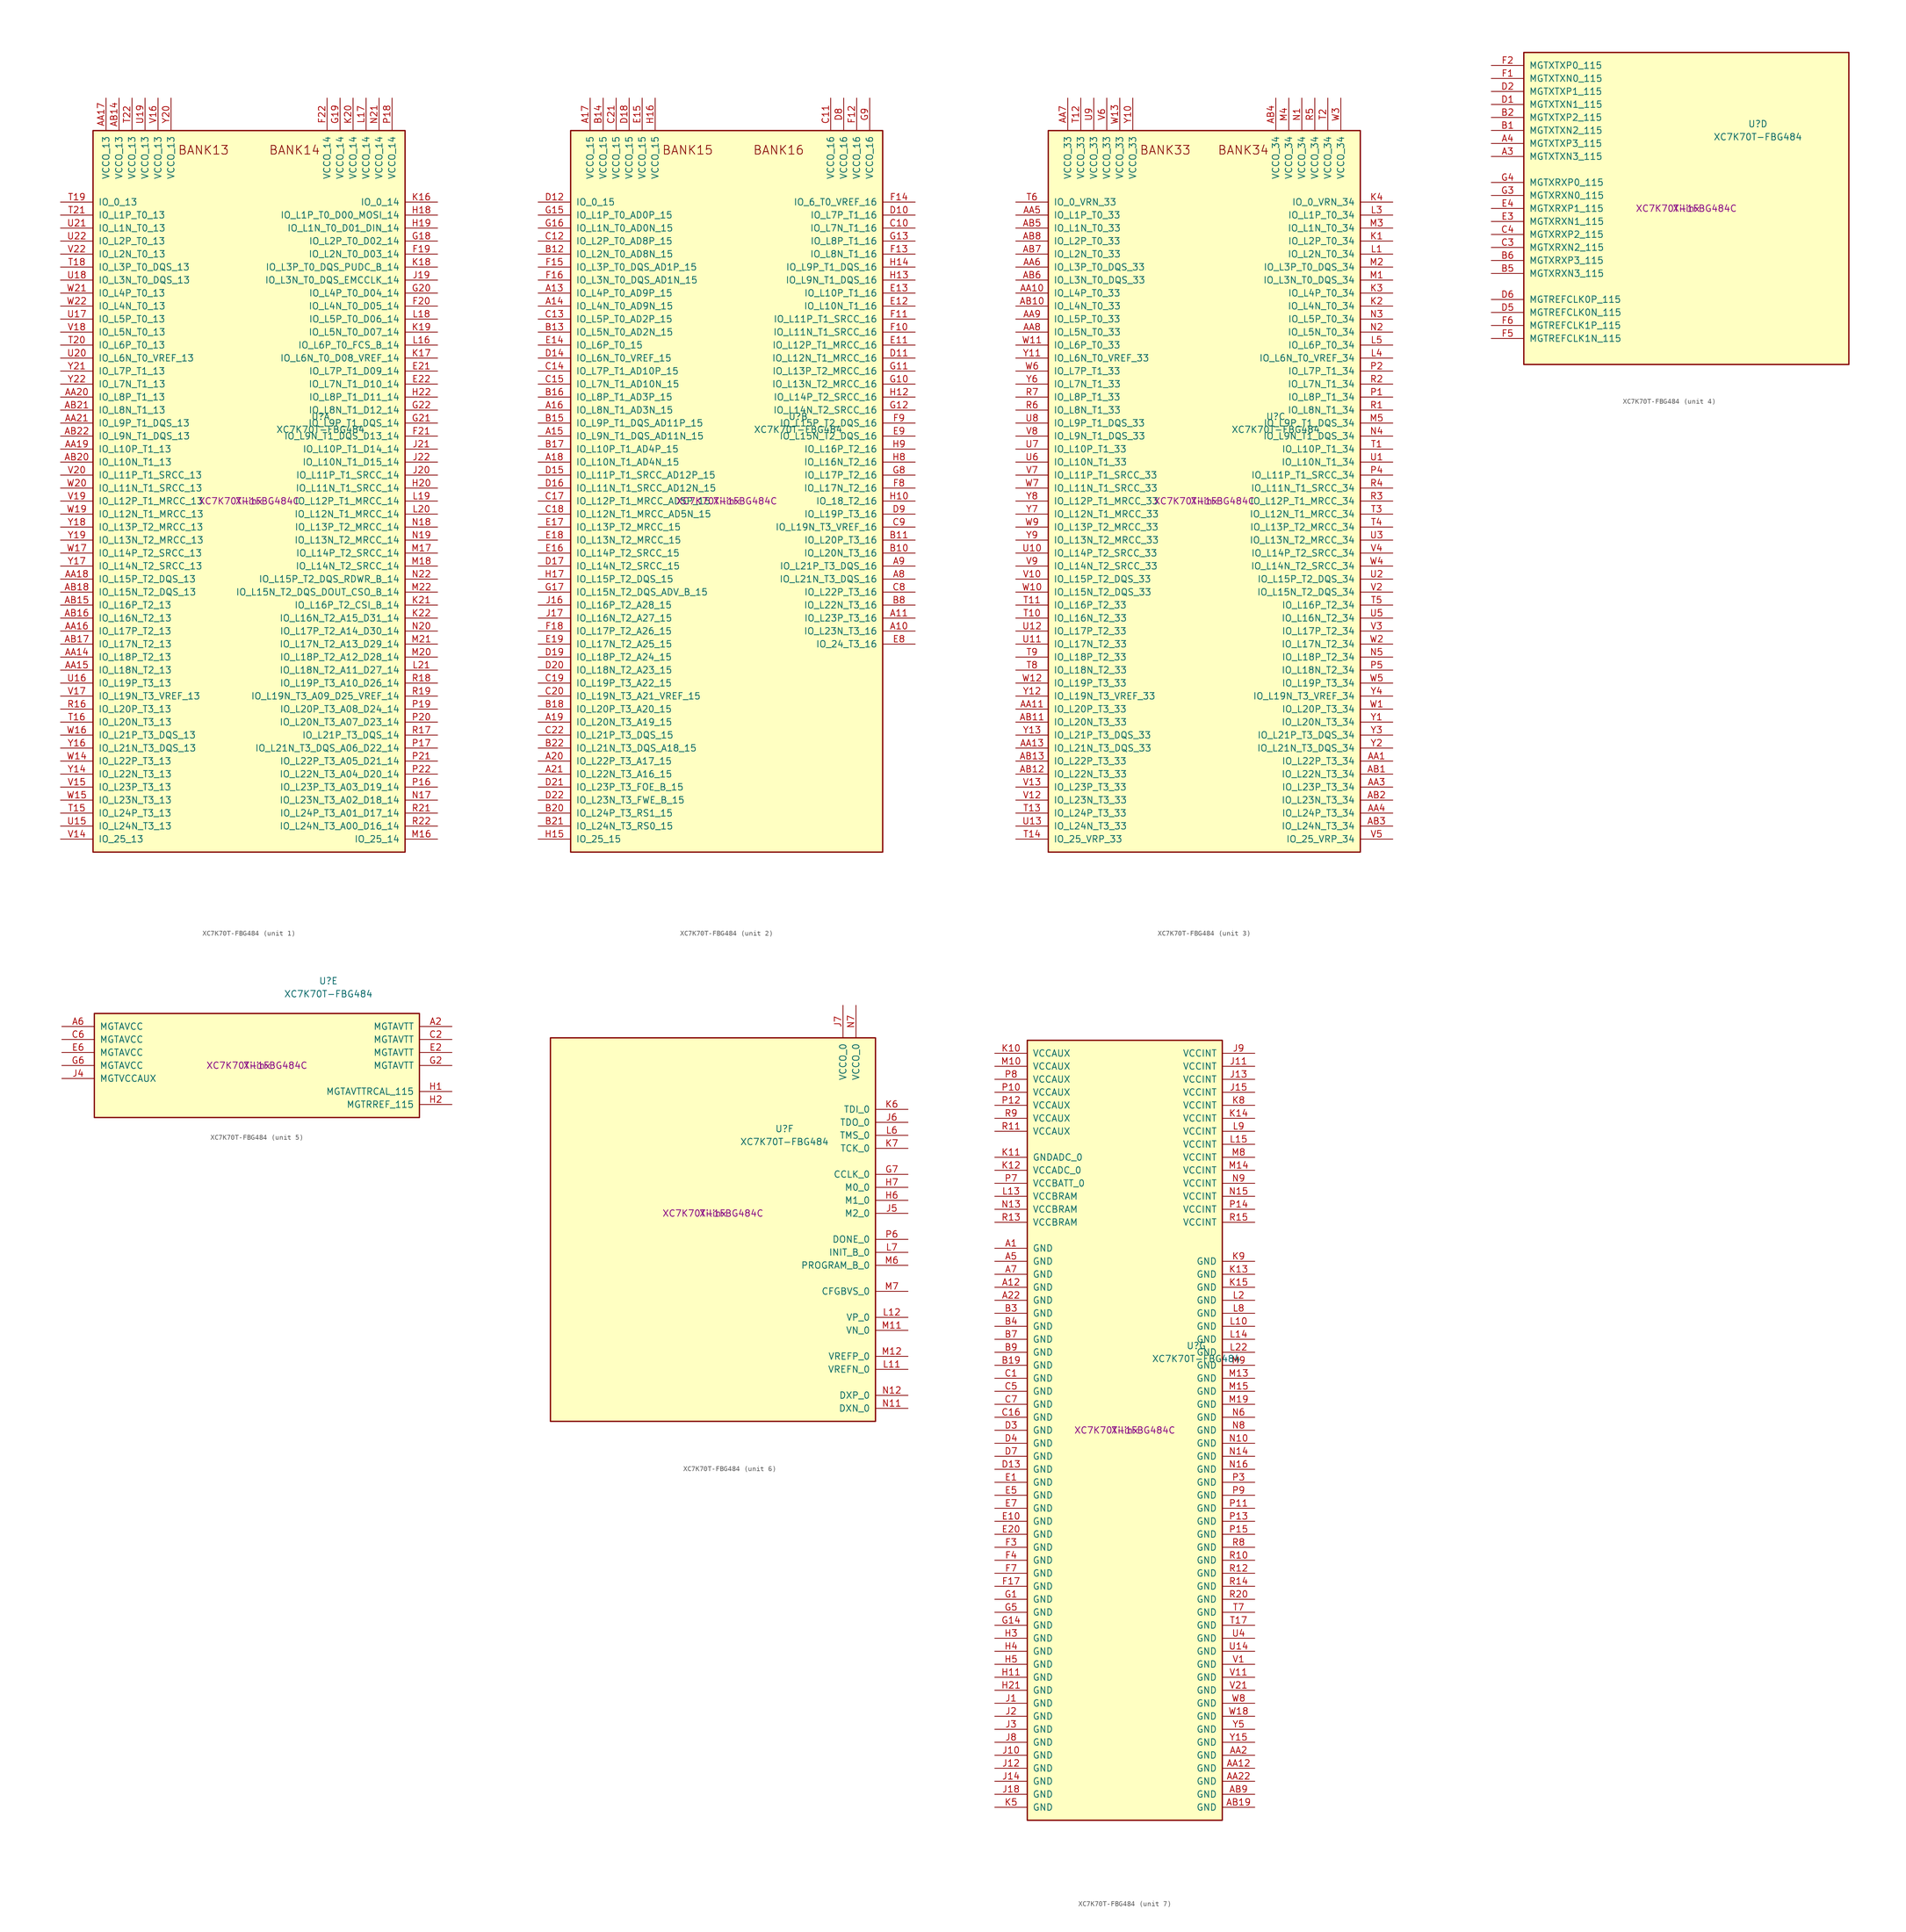
<source format=kicad_sym>
(kicad_symbol_lib
  (version 20211014)
  (generator kicad_symbol_editor)
  (symbol "XC7K70T-FBG484"
    (pin_names
      (offset 1.016))
    (property "Reference" "U"
      (at 13.97 16.51 0)
      (effects (font (size 1.27 1.27))))
    (property "Value" "XC7K70T-FBG484"
      (at 13.97 13.97 0)
      (effects (font (size 1.27 1.27))))
    (property "Datasheet" ""
      (at 13.97 15.24 0)
      (effects (font (size 1.27 1.27))))
    (property "Manufacturer" "Xilinx"
      (at 0 0 0)
      (effects (font (size 1.27 1.27))))
    (property "MPN" "XC7K70T-1FBG484C"
      (at 0 0 0)
      (effects (font (size 1.27 1.27))))
    (property "ki_locked" ""
      (at 0 0 0)
      (effects (font (size 1.27 1.27))))
    (symbol "XC7K70T-FBG484_1_1"
      (rectangle (start -30.48 72.39) (end 30.48 -68.58) (stroke (width 0.254) (type default) (color 0 0 0 0)) (fill (type background)))
      (text "BANK13" (at -8.89 68.58 0) (effects (font (size 1.702 1.702))))
      (text "BANK14" (at 8.89 68.58 0) (effects (font (size 1.702 1.702))))
      (pin bidirectional line (at -36.83 -30.48 0) (length 6.35) (name "IO_L18P_T2_13" (effects (font (size 1.27 1.27)))) (number "AA14" (effects (font (size 1.27 1.27)))))
      (pin bidirectional line (at -36.83 -33.02 0) (length 6.35) (name "IO_L18N_T2_13" (effects (font (size 1.27 1.27)))) (number "AA15" (effects (font (size 1.27 1.27)))))
      (pin bidirectional line (at -36.83 -25.4 0) (length 6.35) (name "IO_L17P_T2_13" (effects (font (size 1.27 1.27)))) (number "AA16" (effects (font (size 1.27 1.27)))))
      (pin power_in line (at -27.94 78.74 270) (length 6.35) (name "VCCO_13" (effects (font (size 1.27 1.27)))) (number "AA17" (effects (font (size 1.27 1.27)))))
      (pin bidirectional line (at -36.83 -15.24 0) (length 6.35) (name "IO_L15P_T2_DQS_13" (effects (font (size 1.27 1.27)))) (number "AA18" (effects (font (size 1.27 1.27)))))
      (pin bidirectional line (at -36.83 10.16 0) (length 6.35) (name "IO_L10P_T1_13" (effects (font (size 1.27 1.27)))) (number "AA19" (effects (font (size 1.27 1.27)))))
      (pin bidirectional line (at -36.83 20.32 0) (length 6.35) (name "IO_L8P_T1_13" (effects (font (size 1.27 1.27)))) (number "AA20" (effects (font (size 1.27 1.27)))))
      (pin bidirectional line (at -36.83 15.24 0) (length 6.35) (name "IO_L9P_T1_DQS_13" (effects (font (size 1.27 1.27)))) (number "AA21" (effects (font (size 1.27 1.27)))))
      (pin power_in line (at -25.4 78.74 270) (length 6.35) (name "VCCO_13" (effects (font (size 1.27 1.27)))) (number "AB14" (effects (font (size 1.27 1.27)))))
      (pin bidirectional line (at -36.83 -20.32 0) (length 6.35) (name "IO_L16P_T2_13" (effects (font (size 1.27 1.27)))) (number "AB15" (effects (font (size 1.27 1.27)))))
      (pin bidirectional line (at -36.83 -22.86 0) (length 6.35) (name "IO_L16N_T2_13" (effects (font (size 1.27 1.27)))) (number "AB16" (effects (font (size 1.27 1.27)))))
      (pin bidirectional line (at -36.83 -27.94 0) (length 6.35) (name "IO_L17N_T2_13" (effects (font (size 1.27 1.27)))) (number "AB17" (effects (font (size 1.27 1.27)))))
      (pin bidirectional line (at -36.83 -17.78 0) (length 6.35) (name "IO_L15N_T2_DQS_13" (effects (font (size 1.27 1.27)))) (number "AB18" (effects (font (size 1.27 1.27)))))
      (pin bidirectional line (at -36.83 7.62 0) (length 6.35) (name "IO_L10N_T1_13" (effects (font (size 1.27 1.27)))) (number "AB20" (effects (font (size 1.27 1.27)))))
      (pin bidirectional line (at -36.83 17.78 0) (length 6.35) (name "IO_L8N_T1_13" (effects (font (size 1.27 1.27)))) (number "AB21" (effects (font (size 1.27 1.27)))))
      (pin bidirectional line (at -36.83 12.7 0) (length 6.35) (name "IO_L9N_T1_DQS_13" (effects (font (size 1.27 1.27)))) (number "AB22" (effects (font (size 1.27 1.27)))))
      (pin bidirectional line (at 36.83 25.4 180) (length 6.35) (name "IO_L7P_T1_D09_14" (effects (font (size 1.27 1.27)))) (number "E21" (effects (font (size 1.27 1.27)))))
      (pin bidirectional line (at 36.83 22.86 180) (length 6.35) (name "IO_L7N_T1_D10_14" (effects (font (size 1.27 1.27)))) (number "E22" (effects (font (size 1.27 1.27)))))
      (pin bidirectional line (at 36.83 48.26 180) (length 6.35) (name "IO_L2N_T0_D03_14" (effects (font (size 1.27 1.27)))) (number "F19" (effects (font (size 1.27 1.27)))))
      (pin bidirectional line (at 36.83 38.1 180) (length 6.35) (name "IO_L4N_T0_D05_14" (effects (font (size 1.27 1.27)))) (number "F20" (effects (font (size 1.27 1.27)))))
      (pin bidirectional line (at 36.83 12.7 180) (length 6.35) (name "IO_L9N_T1_DQS_D13_14" (effects (font (size 1.27 1.27)))) (number "F21" (effects (font (size 1.27 1.27)))))
      (pin power_in line (at 15.24 78.74 270) (length 6.35) (name "VCCO_14" (effects (font (size 1.27 1.27)))) (number "F22" (effects (font (size 1.27 1.27)))))
      (pin bidirectional line (at 36.83 50.8 180) (length 6.35) (name "IO_L2P_T0_D02_14" (effects (font (size 1.27 1.27)))) (number "G18" (effects (font (size 1.27 1.27)))))
      (pin power_in line (at 17.78 78.74 270) (length 6.35) (name "VCCO_14" (effects (font (size 1.27 1.27)))) (number "G19" (effects (font (size 1.27 1.27)))))
      (pin bidirectional line (at 36.83 40.64 180) (length 6.35) (name "IO_L4P_T0_D04_14" (effects (font (size 1.27 1.27)))) (number "G20" (effects (font (size 1.27 1.27)))))
      (pin bidirectional line (at 36.83 15.24 180) (length 6.35) (name "IO_L9P_T1_DQS_14" (effects (font (size 1.27 1.27)))) (number "G21" (effects (font (size 1.27 1.27)))))
      (pin bidirectional line (at 36.83 17.78 180) (length 6.35) (name "IO_L8N_T1_D12_14" (effects (font (size 1.27 1.27)))) (number "G22" (effects (font (size 1.27 1.27)))))
      (pin bidirectional line (at 36.83 55.88 180) (length 6.35) (name "IO_L1P_T0_D00_MOSI_14" (effects (font (size 1.27 1.27)))) (number "H18" (effects (font (size 1.27 1.27)))))
      (pin bidirectional line (at 36.83 53.34 180) (length 6.35) (name "IO_L1N_T0_D01_DIN_14" (effects (font (size 1.27 1.27)))) (number "H19" (effects (font (size 1.27 1.27)))))
      (pin bidirectional line (at 36.83 2.54 180) (length 6.35) (name "IO_L11N_T1_SRCC_14" (effects (font (size 1.27 1.27)))) (number "H20" (effects (font (size 1.27 1.27)))))
      (pin bidirectional line (at 36.83 20.32 180) (length 6.35) (name "IO_L8P_T1_D11_14" (effects (font (size 1.27 1.27)))) (number "H22" (effects (font (size 1.27 1.27)))))
      (pin bidirectional line (at 36.83 43.18 180) (length 6.35) (name "IO_L3N_T0_DQS_EMCCLK_14" (effects (font (size 1.27 1.27)))) (number "J19" (effects (font (size 1.27 1.27)))))
      (pin bidirectional line (at 36.83 5.08 180) (length 6.35) (name "IO_L11P_T1_SRCC_14" (effects (font (size 1.27 1.27)))) (number "J20" (effects (font (size 1.27 1.27)))))
      (pin bidirectional line (at 36.83 10.16 180) (length 6.35) (name "IO_L10P_T1_D14_14" (effects (font (size 1.27 1.27)))) (number "J21" (effects (font (size 1.27 1.27)))))
      (pin bidirectional line (at 36.83 7.62 180) (length 6.35) (name "IO_L10N_T1_D15_14" (effects (font (size 1.27 1.27)))) (number "J22" (effects (font (size 1.27 1.27)))))
      (pin bidirectional line (at 36.83 58.42 180) (length 6.35) (name "IO_0_14" (effects (font (size 1.27 1.27)))) (number "K16" (effects (font (size 1.27 1.27)))))
      (pin bidirectional line (at 36.83 27.94 180) (length 6.35) (name "IO_L6N_T0_D08_VREF_14" (effects (font (size 1.27 1.27)))) (number "K17" (effects (font (size 1.27 1.27)))))
      (pin bidirectional line (at 36.83 45.72 180) (length 6.35) (name "IO_L3P_T0_DQS_PUDC_B_14" (effects (font (size 1.27 1.27)))) (number "K18" (effects (font (size 1.27 1.27)))))
      (pin bidirectional line (at 36.83 33.02 180) (length 6.35) (name "IO_L5N_T0_D07_14" (effects (font (size 1.27 1.27)))) (number "K19" (effects (font (size 1.27 1.27)))))
      (pin power_in line (at 20.32 78.74 270) (length 6.35) (name "VCCO_14" (effects (font (size 1.27 1.27)))) (number "K20" (effects (font (size 1.27 1.27)))))
      (pin bidirectional line (at 36.83 -20.32 180) (length 6.35) (name "IO_L16P_T2_CSI_B_14" (effects (font (size 1.27 1.27)))) (number "K21" (effects (font (size 1.27 1.27)))))
      (pin bidirectional line (at 36.83 -22.86 180) (length 6.35) (name "IO_L16N_T2_A15_D31_14" (effects (font (size 1.27 1.27)))) (number "K22" (effects (font (size 1.27 1.27)))))
      (pin bidirectional line (at 36.83 30.48 180) (length 6.35) (name "IO_L6P_T0_FCS_B_14" (effects (font (size 1.27 1.27)))) (number "L16" (effects (font (size 1.27 1.27)))))
      (pin power_in line (at 22.86 78.74 270) (length 6.35) (name "VCCO_14" (effects (font (size 1.27 1.27)))) (number "L17" (effects (font (size 1.27 1.27)))))
      (pin bidirectional line (at 36.83 35.56 180) (length 6.35) (name "IO_L5P_T0_D06_14" (effects (font (size 1.27 1.27)))) (number "L18" (effects (font (size 1.27 1.27)))))
      (pin bidirectional line (at 36.83 0 180) (length 6.35) (name "IO_L12P_T1_MRCC_14" (effects (font (size 1.27 1.27)))) (number "L19" (effects (font (size 1.27 1.27)))))
      (pin bidirectional line (at 36.83 -2.54 180) (length 6.35) (name "IO_L12N_T1_MRCC_14" (effects (font (size 1.27 1.27)))) (number "L20" (effects (font (size 1.27 1.27)))))
      (pin bidirectional line (at 36.83 -33.02 180) (length 6.35) (name "IO_L18N_T2_A11_D27_14" (effects (font (size 1.27 1.27)))) (number "L21" (effects (font (size 1.27 1.27)))))
      (pin bidirectional line (at 36.83 -66.04 180) (length 6.35) (name "IO_25_14" (effects (font (size 1.27 1.27)))) (number "M16" (effects (font (size 1.27 1.27)))))
      (pin bidirectional line (at 36.83 -10.16 180) (length 6.35) (name "IO_L14P_T2_SRCC_14" (effects (font (size 1.27 1.27)))) (number "M17" (effects (font (size 1.27 1.27)))))
      (pin bidirectional line (at 36.83 -12.7 180) (length 6.35) (name "IO_L14N_T2_SRCC_14" (effects (font (size 1.27 1.27)))) (number "M18" (effects (font (size 1.27 1.27)))))
      (pin bidirectional line (at 36.83 -30.48 180) (length 6.35) (name "IO_L18P_T2_A12_D28_14" (effects (font (size 1.27 1.27)))) (number "M20" (effects (font (size 1.27 1.27)))))
      (pin bidirectional line (at 36.83 -27.94 180) (length 6.35) (name "IO_L17N_T2_A13_D29_14" (effects (font (size 1.27 1.27)))) (number "M21" (effects (font (size 1.27 1.27)))))
      (pin bidirectional line (at 36.83 -17.78 180) (length 6.35) (name "IO_L15N_T2_DQS_DOUT_CSO_B_14" (effects (font (size 1.27 1.27)))) (number "M22" (effects (font (size 1.27 1.27)))))
      (pin bidirectional line (at 36.83 -58.42 180) (length 6.35) (name "IO_L23N_T3_A02_D18_14" (effects (font (size 1.27 1.27)))) (number "N17" (effects (font (size 1.27 1.27)))))
      (pin bidirectional line (at 36.83 -5.08 180) (length 6.35) (name "IO_L13P_T2_MRCC_14" (effects (font (size 1.27 1.27)))) (number "N18" (effects (font (size 1.27 1.27)))))
      (pin bidirectional line (at 36.83 -7.62 180) (length 6.35) (name "IO_L13N_T2_MRCC_14" (effects (font (size 1.27 1.27)))) (number "N19" (effects (font (size 1.27 1.27)))))
      (pin bidirectional line (at 36.83 -25.4 180) (length 6.35) (name "IO_L17P_T2_A14_D30_14" (effects (font (size 1.27 1.27)))) (number "N20" (effects (font (size 1.27 1.27)))))
      (pin power_in line (at 25.4 78.74 270) (length 6.35) (name "VCCO_14" (effects (font (size 1.27 1.27)))) (number "N21" (effects (font (size 1.27 1.27)))))
      (pin bidirectional line (at 36.83 -15.24 180) (length 6.35) (name "IO_L15P_T2_DQS_RDWR_B_14" (effects (font (size 1.27 1.27)))) (number "N22" (effects (font (size 1.27 1.27)))))
      (pin bidirectional line (at 36.83 -55.88 180) (length 6.35) (name "IO_L23P_T3_A03_D19_14" (effects (font (size 1.27 1.27)))) (number "P16" (effects (font (size 1.27 1.27)))))
      (pin bidirectional line (at 36.83 -48.26 180) (length 6.35) (name "IO_L21N_T3_DQS_A06_D22_14" (effects (font (size 1.27 1.27)))) (number "P17" (effects (font (size 1.27 1.27)))))
      (pin power_in line (at 27.94 78.74 270) (length 6.35) (name "VCCO_14" (effects (font (size 1.27 1.27)))) (number "P18" (effects (font (size 1.27 1.27)))))
      (pin bidirectional line (at 36.83 -40.64 180) (length 6.35) (name "IO_L20P_T3_A08_D24_14" (effects (font (size 1.27 1.27)))) (number "P19" (effects (font (size 1.27 1.27)))))
      (pin bidirectional line (at 36.83 -43.18 180) (length 6.35) (name "IO_L20N_T3_A07_D23_14" (effects (font (size 1.27 1.27)))) (number "P20" (effects (font (size 1.27 1.27)))))
      (pin bidirectional line (at 36.83 -50.8 180) (length 6.35) (name "IO_L22P_T3_A05_D21_14" (effects (font (size 1.27 1.27)))) (number "P21" (effects (font (size 1.27 1.27)))))
      (pin bidirectional line (at 36.83 -53.34 180) (length 6.35) (name "IO_L22N_T3_A04_D20_14" (effects (font (size 1.27 1.27)))) (number "P22" (effects (font (size 1.27 1.27)))))
      (pin bidirectional line (at -36.83 -40.64 0) (length 6.35) (name "IO_L20P_T3_13" (effects (font (size 1.27 1.27)))) (number "R16" (effects (font (size 1.27 1.27)))))
      (pin bidirectional line (at 36.83 -45.72 180) (length 6.35) (name "IO_L21P_T3_DQS_14" (effects (font (size 1.27 1.27)))) (number "R17" (effects (font (size 1.27 1.27)))))
      (pin bidirectional line (at 36.83 -35.56 180) (length 6.35) (name "IO_L19P_T3_A10_D26_14" (effects (font (size 1.27 1.27)))) (number "R18" (effects (font (size 1.27 1.27)))))
      (pin bidirectional line (at 36.83 -38.1 180) (length 6.35) (name "IO_L19N_T3_A09_D25_VREF_14" (effects (font (size 1.27 1.27)))) (number "R19" (effects (font (size 1.27 1.27)))))
      (pin bidirectional line (at 36.83 -60.96 180) (length 6.35) (name "IO_L24P_T3_A01_D17_14" (effects (font (size 1.27 1.27)))) (number "R21" (effects (font (size 1.27 1.27)))))
      (pin bidirectional line (at 36.83 -63.5 180) (length 6.35) (name "IO_L24N_T3_A00_D16_14" (effects (font (size 1.27 1.27)))) (number "R22" (effects (font (size 1.27 1.27)))))
      (pin bidirectional line (at -36.83 -60.96 0) (length 6.35) (name "IO_L24P_T3_13" (effects (font (size 1.27 1.27)))) (number "T15" (effects (font (size 1.27 1.27)))))
      (pin bidirectional line (at -36.83 -43.18 0) (length 6.35) (name "IO_L20N_T3_13" (effects (font (size 1.27 1.27)))) (number "T16" (effects (font (size 1.27 1.27)))))
      (pin bidirectional line (at -36.83 45.72 0) (length 6.35) (name "IO_L3P_T0_DQS_13" (effects (font (size 1.27 1.27)))) (number "T18" (effects (font (size 1.27 1.27)))))
      (pin bidirectional line (at -36.83 58.42 0) (length 6.35) (name "IO_0_13" (effects (font (size 1.27 1.27)))) (number "T19" (effects (font (size 1.27 1.27)))))
      (pin bidirectional line (at -36.83 30.48 0) (length 6.35) (name "IO_L6P_T0_13" (effects (font (size 1.27 1.27)))) (number "T20" (effects (font (size 1.27 1.27)))))
      (pin bidirectional line (at -36.83 55.88 0) (length 6.35) (name "IO_L1P_T0_13" (effects (font (size 1.27 1.27)))) (number "T21" (effects (font (size 1.27 1.27)))))
      (pin power_in line (at -22.86 78.74 270) (length 6.35) (name "VCCO_13" (effects (font (size 1.27 1.27)))) (number "T22" (effects (font (size 1.27 1.27)))))
      (pin bidirectional line (at -36.83 -63.5 0) (length 6.35) (name "IO_L24N_T3_13" (effects (font (size 1.27 1.27)))) (number "U15" (effects (font (size 1.27 1.27)))))
      (pin bidirectional line (at -36.83 -35.56 0) (length 6.35) (name "IO_L19P_T3_13" (effects (font (size 1.27 1.27)))) (number "U16" (effects (font (size 1.27 1.27)))))
      (pin bidirectional line (at -36.83 35.56 0) (length 6.35) (name "IO_L5P_T0_13" (effects (font (size 1.27 1.27)))) (number "U17" (effects (font (size 1.27 1.27)))))
      (pin bidirectional line (at -36.83 43.18 0) (length 6.35) (name "IO_L3N_T0_DQS_13" (effects (font (size 1.27 1.27)))) (number "U18" (effects (font (size 1.27 1.27)))))
      (pin power_in line (at -20.32 78.74 270) (length 6.35) (name "VCCO_13" (effects (font (size 1.27 1.27)))) (number "U19" (effects (font (size 1.27 1.27)))))
      (pin bidirectional line (at -36.83 27.94 0) (length 6.35) (name "IO_L6N_T0_VREF_13" (effects (font (size 1.27 1.27)))) (number "U20" (effects (font (size 1.27 1.27)))))
      (pin bidirectional line (at -36.83 53.34 0) (length 6.35) (name "IO_L1N_T0_13" (effects (font (size 1.27 1.27)))) (number "U21" (effects (font (size 1.27 1.27)))))
      (pin bidirectional line (at -36.83 50.8 0) (length 6.35) (name "IO_L2P_T0_13" (effects (font (size 1.27 1.27)))) (number "U22" (effects (font (size 1.27 1.27)))))
      (pin bidirectional line (at -36.83 -66.04 0) (length 6.35) (name "IO_25_13" (effects (font (size 1.27 1.27)))) (number "V14" (effects (font (size 1.27 1.27)))))
      (pin bidirectional line (at -36.83 -55.88 0) (length 6.35) (name "IO_L23P_T3_13" (effects (font (size 1.27 1.27)))) (number "V15" (effects (font (size 1.27 1.27)))))
      (pin power_in line (at -17.78 78.74 270) (length 6.35) (name "VCCO_13" (effects (font (size 1.27 1.27)))) (number "V16" (effects (font (size 1.27 1.27)))))
      (pin bidirectional line (at -36.83 -38.1 0) (length 6.35) (name "IO_L19N_T3_VREF_13" (effects (font (size 1.27 1.27)))) (number "V17" (effects (font (size 1.27 1.27)))))
      (pin bidirectional line (at -36.83 33.02 0) (length 6.35) (name "IO_L5N_T0_13" (effects (font (size 1.27 1.27)))) (number "V18" (effects (font (size 1.27 1.27)))))
      (pin bidirectional line (at -36.83 0 0) (length 6.35) (name "IO_L12P_T1_MRCC_13" (effects (font (size 1.27 1.27)))) (number "V19" (effects (font (size 1.27 1.27)))))
      (pin bidirectional line (at -36.83 5.08 0) (length 6.35) (name "IO_L11P_T1_SRCC_13" (effects (font (size 1.27 1.27)))) (number "V20" (effects (font (size 1.27 1.27)))))
      (pin bidirectional line (at -36.83 48.26 0) (length 6.35) (name "IO_L2N_T0_13" (effects (font (size 1.27 1.27)))) (number "V22" (effects (font (size 1.27 1.27)))))
      (pin bidirectional line (at -36.83 -50.8 0) (length 6.35) (name "IO_L22P_T3_13" (effects (font (size 1.27 1.27)))) (number "W14" (effects (font (size 1.27 1.27)))))
      (pin bidirectional line (at -36.83 -58.42 0) (length 6.35) (name "IO_L23N_T3_13" (effects (font (size 1.27 1.27)))) (number "W15" (effects (font (size 1.27 1.27)))))
      (pin bidirectional line (at -36.83 -45.72 0) (length 6.35) (name "IO_L21P_T3_DQS_13" (effects (font (size 1.27 1.27)))) (number "W16" (effects (font (size 1.27 1.27)))))
      (pin bidirectional line (at -36.83 -10.16 0) (length 6.35) (name "IO_L14P_T2_SRCC_13" (effects (font (size 1.27 1.27)))) (number "W17" (effects (font (size 1.27 1.27)))))
      (pin bidirectional line (at -36.83 -2.54 0) (length 6.35) (name "IO_L12N_T1_MRCC_13" (effects (font (size 1.27 1.27)))) (number "W19" (effects (font (size 1.27 1.27)))))
      (pin bidirectional line (at -36.83 2.54 0) (length 6.35) (name "IO_L11N_T1_SRCC_13" (effects (font (size 1.27 1.27)))) (number "W20" (effects (font (size 1.27 1.27)))))
      (pin bidirectional line (at -36.83 40.64 0) (length 6.35) (name "IO_L4P_T0_13" (effects (font (size 1.27 1.27)))) (number "W21" (effects (font (size 1.27 1.27)))))
      (pin bidirectional line (at -36.83 38.1 0) (length 6.35) (name "IO_L4N_T0_13" (effects (font (size 1.27 1.27)))) (number "W22" (effects (font (size 1.27 1.27)))))
      (pin bidirectional line (at -36.83 -53.34 0) (length 6.35) (name "IO_L22N_T3_13" (effects (font (size 1.27 1.27)))) (number "Y14" (effects (font (size 1.27 1.27)))))
      (pin bidirectional line (at -36.83 -48.26 0) (length 6.35) (name "IO_L21N_T3_DQS_13" (effects (font (size 1.27 1.27)))) (number "Y16" (effects (font (size 1.27 1.27)))))
      (pin bidirectional line (at -36.83 -12.7 0) (length 6.35) (name "IO_L14N_T2_SRCC_13" (effects (font (size 1.27 1.27)))) (number "Y17" (effects (font (size 1.27 1.27)))))
      (pin bidirectional line (at -36.83 -5.08 0) (length 6.35) (name "IO_L13P_T2_MRCC_13" (effects (font (size 1.27 1.27)))) (number "Y18" (effects (font (size 1.27 1.27)))))
      (pin bidirectional line (at -36.83 -7.62 0) (length 6.35) (name "IO_L13N_T2_MRCC_13" (effects (font (size 1.27 1.27)))) (number "Y19" (effects (font (size 1.27 1.27)))))
      (pin power_in line (at -15.24 78.74 270) (length 6.35) (name "VCCO_13" (effects (font (size 1.27 1.27)))) (number "Y20" (effects (font (size 1.27 1.27)))))
      (pin bidirectional line (at -36.83 25.4 0) (length 6.35) (name "IO_L7P_T1_13" (effects (font (size 1.27 1.27)))) (number "Y21" (effects (font (size 1.27 1.27)))))
      (pin bidirectional line (at -36.83 22.86 0) (length 6.35) (name "IO_L7N_T1_13" (effects (font (size 1.27 1.27)))) (number "Y22" (effects (font (size 1.27 1.27))))))
    (symbol "XC7K70T-FBG484_2_0"
      (text "BANK16" (at 10.16 68.58 0) (effects (font (size 1.702 1.702)))))
    (symbol "XC7K70T-FBG484_2_1"
      (rectangle (start -30.48 72.39) (end 30.48 -68.58) (stroke (width 0.254) (type default) (color 0 0 0 0)) (fill (type background)))
      (text "BANK15" (at -7.62 68.58 0) (effects (font (size 1.702 1.702))))
      (pin bidirectional line (at 36.83 -25.4 180) (length 6.35) (name "IO_L23N_T3_16" (effects (font (size 1.27 1.27)))) (number "A10" (effects (font (size 1.27 1.27)))))
      (pin bidirectional line (at 36.83 -22.86 180) (length 6.35) (name "IO_L23P_T3_16" (effects (font (size 1.27 1.27)))) (number "A11" (effects (font (size 1.27 1.27)))))
      (pin bidirectional line (at -36.83 40.64 0) (length 6.35) (name "IO_L4P_T0_AD9P_15" (effects (font (size 1.27 1.27)))) (number "A13" (effects (font (size 1.27 1.27)))))
      (pin bidirectional line (at -36.83 38.1 0) (length 6.35) (name "IO_L4N_T0_AD9N_15" (effects (font (size 1.27 1.27)))) (number "A14" (effects (font (size 1.27 1.27)))))
      (pin bidirectional line (at -36.83 12.7 0) (length 6.35) (name "IO_L9N_T1_DQS_AD11N_15" (effects (font (size 1.27 1.27)))) (number "A15" (effects (font (size 1.27 1.27)))))
      (pin bidirectional line (at -36.83 17.78 0) (length 6.35) (name "IO_L8N_T1_AD3N_15" (effects (font (size 1.27 1.27)))) (number "A16" (effects (font (size 1.27 1.27)))))
      (pin power_in line (at -26.67 78.74 270) (length 6.35) (name "VCCO_15" (effects (font (size 1.27 1.27)))) (number "A17" (effects (font (size 1.27 1.27)))))
      (pin bidirectional line (at -36.83 7.62 0) (length 6.35) (name "IO_L10N_T1_AD4N_15" (effects (font (size 1.27 1.27)))) (number "A18" (effects (font (size 1.27 1.27)))))
      (pin bidirectional line (at -36.83 -43.18 0) (length 6.35) (name "IO_L20N_T3_A19_15" (effects (font (size 1.27 1.27)))) (number "A19" (effects (font (size 1.27 1.27)))))
      (pin bidirectional line (at -36.83 -50.8 0) (length 6.35) (name "IO_L22P_T3_A17_15" (effects (font (size 1.27 1.27)))) (number "A20" (effects (font (size 1.27 1.27)))))
      (pin bidirectional line (at -36.83 -53.34 0) (length 6.35) (name "IO_L22N_T3_A16_15" (effects (font (size 1.27 1.27)))) (number "A21" (effects (font (size 1.27 1.27)))))
      (pin bidirectional line (at 36.83 -15.24 180) (length 6.35) (name "IO_L21N_T3_DQS_16" (effects (font (size 1.27 1.27)))) (number "A8" (effects (font (size 1.27 1.27)))))
      (pin bidirectional line (at 36.83 -12.7 180) (length 6.35) (name "IO_L21P_T3_DQS_16" (effects (font (size 1.27 1.27)))) (number "A9" (effects (font (size 1.27 1.27)))))
      (pin bidirectional line (at 36.83 -10.16 180) (length 6.35) (name "IO_L20N_T3_16" (effects (font (size 1.27 1.27)))) (number "B10" (effects (font (size 1.27 1.27)))))
      (pin bidirectional line (at 36.83 -7.62 180) (length 6.35) (name "IO_L20P_T3_16" (effects (font (size 1.27 1.27)))) (number "B11" (effects (font (size 1.27 1.27)))))
      (pin bidirectional line (at -36.83 48.26 0) (length 6.35) (name "IO_L2N_T0_AD8N_15" (effects (font (size 1.27 1.27)))) (number "B12" (effects (font (size 1.27 1.27)))))
      (pin bidirectional line (at -36.83 33.02 0) (length 6.35) (name "IO_L5N_T0_AD2N_15" (effects (font (size 1.27 1.27)))) (number "B13" (effects (font (size 1.27 1.27)))))
      (pin power_in line (at -24.13 78.74 270) (length 6.35) (name "VCCO_15" (effects (font (size 1.27 1.27)))) (number "B14" (effects (font (size 1.27 1.27)))))
      (pin bidirectional line (at -36.83 15.24 0) (length 6.35) (name "IO_L9P_T1_DQS_AD11P_15" (effects (font (size 1.27 1.27)))) (number "B15" (effects (font (size 1.27 1.27)))))
      (pin bidirectional line (at -36.83 20.32 0) (length 6.35) (name "IO_L8P_T1_AD3P_15" (effects (font (size 1.27 1.27)))) (number "B16" (effects (font (size 1.27 1.27)))))
      (pin bidirectional line (at -36.83 10.16 0) (length 6.35) (name "IO_L10P_T1_AD4P_15" (effects (font (size 1.27 1.27)))) (number "B17" (effects (font (size 1.27 1.27)))))
      (pin bidirectional line (at -36.83 -40.64 0) (length 6.35) (name "IO_L20P_T3_A20_15" (effects (font (size 1.27 1.27)))) (number "B18" (effects (font (size 1.27 1.27)))))
      (pin bidirectional line (at -36.83 -60.96 0) (length 6.35) (name "IO_L24P_T3_RS1_15" (effects (font (size 1.27 1.27)))) (number "B20" (effects (font (size 1.27 1.27)))))
      (pin bidirectional line (at -36.83 -63.5 0) (length 6.35) (name "IO_L24N_T3_RS0_15" (effects (font (size 1.27 1.27)))) (number "B21" (effects (font (size 1.27 1.27)))))
      (pin bidirectional line (at -36.83 -48.26 0) (length 6.35) (name "IO_L21N_T3_DQS_A18_15" (effects (font (size 1.27 1.27)))) (number "B22" (effects (font (size 1.27 1.27)))))
      (pin bidirectional line (at 36.83 -20.32 180) (length 6.35) (name "IO_L22N_T3_16" (effects (font (size 1.27 1.27)))) (number "B8" (effects (font (size 1.27 1.27)))))
      (pin bidirectional line (at 36.83 53.34 180) (length 6.35) (name "IO_L7N_T1_16" (effects (font (size 1.27 1.27)))) (number "C10" (effects (font (size 1.27 1.27)))))
      (pin power_in line (at 20.32 78.74 270) (length 6.35) (name "VCCO_16" (effects (font (size 1.27 1.27)))) (number "C11" (effects (font (size 1.27 1.27)))))
      (pin bidirectional line (at -36.83 50.8 0) (length 6.35) (name "IO_L2P_T0_AD8P_15" (effects (font (size 1.27 1.27)))) (number "C12" (effects (font (size 1.27 1.27)))))
      (pin bidirectional line (at -36.83 35.56 0) (length 6.35) (name "IO_L5P_T0_AD2P_15" (effects (font (size 1.27 1.27)))) (number "C13" (effects (font (size 1.27 1.27)))))
      (pin bidirectional line (at -36.83 25.4 0) (length 6.35) (name "IO_L7P_T1_AD10P_15" (effects (font (size 1.27 1.27)))) (number "C14" (effects (font (size 1.27 1.27)))))
      (pin bidirectional line (at -36.83 22.86 0) (length 6.35) (name "IO_L7N_T1_AD10N_15" (effects (font (size 1.27 1.27)))) (number "C15" (effects (font (size 1.27 1.27)))))
      (pin bidirectional line (at -36.83 0 0) (length 6.35) (name "IO_L12P_T1_MRCC_AD5P_15" (effects (font (size 1.27 1.27)))) (number "C17" (effects (font (size 1.27 1.27)))))
      (pin bidirectional line (at -36.83 -2.54 0) (length 6.35) (name "IO_L12N_T1_MRCC_AD5N_15" (effects (font (size 1.27 1.27)))) (number "C18" (effects (font (size 1.27 1.27)))))
      (pin bidirectional line (at -36.83 -35.56 0) (length 6.35) (name "IO_L19P_T3_A22_15" (effects (font (size 1.27 1.27)))) (number "C19" (effects (font (size 1.27 1.27)))))
      (pin bidirectional line (at -36.83 -38.1 0) (length 6.35) (name "IO_L19N_T3_A21_VREF_15" (effects (font (size 1.27 1.27)))) (number "C20" (effects (font (size 1.27 1.27)))))
      (pin power_in line (at -21.59 78.74 270) (length 6.35) (name "VCCO_15" (effects (font (size 1.27 1.27)))) (number "C21" (effects (font (size 1.27 1.27)))))
      (pin bidirectional line (at -36.83 -45.72 0) (length 6.35) (name "IO_L21P_T3_DQS_15" (effects (font (size 1.27 1.27)))) (number "C22" (effects (font (size 1.27 1.27)))))
      (pin bidirectional line (at 36.83 -17.78 180) (length 6.35) (name "IO_L22P_T3_16" (effects (font (size 1.27 1.27)))) (number "C8" (effects (font (size 1.27 1.27)))))
      (pin bidirectional line (at 36.83 -5.08 180) (length 6.35) (name "IO_L19N_T3_VREF_16" (effects (font (size 1.27 1.27)))) (number "C9" (effects (font (size 1.27 1.27)))))
      (pin bidirectional line (at 36.83 55.88 180) (length 6.35) (name "IO_L7P_T1_16" (effects (font (size 1.27 1.27)))) (number "D10" (effects (font (size 1.27 1.27)))))
      (pin bidirectional line (at 36.83 27.94 180) (length 6.35) (name "IO_L12N_T1_MRCC_16" (effects (font (size 1.27 1.27)))) (number "D11" (effects (font (size 1.27 1.27)))))
      (pin bidirectional line (at -36.83 58.42 0) (length 6.35) (name "IO_0_15" (effects (font (size 1.27 1.27)))) (number "D12" (effects (font (size 1.27 1.27)))))
      (pin bidirectional line (at -36.83 27.94 0) (length 6.35) (name "IO_L6N_T0_VREF_15" (effects (font (size 1.27 1.27)))) (number "D14" (effects (font (size 1.27 1.27)))))
      (pin bidirectional line (at -36.83 5.08 0) (length 6.35) (name "IO_L11P_T1_SRCC_AD12P_15" (effects (font (size 1.27 1.27)))) (number "D15" (effects (font (size 1.27 1.27)))))
      (pin bidirectional line (at -36.83 2.54 0) (length 6.35) (name "IO_L11N_T1_SRCC_AD12N_15" (effects (font (size 1.27 1.27)))) (number "D16" (effects (font (size 1.27 1.27)))))
      (pin bidirectional line (at -36.83 -12.7 0) (length 6.35) (name "IO_L14N_T2_SRCC_15" (effects (font (size 1.27 1.27)))) (number "D17" (effects (font (size 1.27 1.27)))))
      (pin power_in line (at -19.05 78.74 270) (length 6.35) (name "VCCO_15" (effects (font (size 1.27 1.27)))) (number "D18" (effects (font (size 1.27 1.27)))))
      (pin bidirectional line (at -36.83 -30.48 0) (length 6.35) (name "IO_L18P_T2_A24_15" (effects (font (size 1.27 1.27)))) (number "D19" (effects (font (size 1.27 1.27)))))
      (pin bidirectional line (at -36.83 -33.02 0) (length 6.35) (name "IO_L18N_T2_A23_15" (effects (font (size 1.27 1.27)))) (number "D20" (effects (font (size 1.27 1.27)))))
      (pin bidirectional line (at -36.83 -55.88 0) (length 6.35) (name "IO_L23P_T3_FOE_B_15" (effects (font (size 1.27 1.27)))) (number "D21" (effects (font (size 1.27 1.27)))))
      (pin bidirectional line (at -36.83 -58.42 0) (length 6.35) (name "IO_L23N_T3_FWE_B_15" (effects (font (size 1.27 1.27)))) (number "D22" (effects (font (size 1.27 1.27)))))
      (pin power_in line (at 22.86 78.74 270) (length 6.35) (name "VCCO_16" (effects (font (size 1.27 1.27)))) (number "D8" (effects (font (size 1.27 1.27)))))
      (pin bidirectional line (at 36.83 -2.54 180) (length 6.35) (name "IO_L19P_T3_16" (effects (font (size 1.27 1.27)))) (number "D9" (effects (font (size 1.27 1.27)))))
      (pin bidirectional line (at 36.83 30.48 180) (length 6.35) (name "IO_L12P_T1_MRCC_16" (effects (font (size 1.27 1.27)))) (number "E11" (effects (font (size 1.27 1.27)))))
      (pin bidirectional line (at 36.83 38.1 180) (length 6.35) (name "IO_L10N_T1_16" (effects (font (size 1.27 1.27)))) (number "E12" (effects (font (size 1.27 1.27)))))
      (pin bidirectional line (at 36.83 40.64 180) (length 6.35) (name "IO_L10P_T1_16" (effects (font (size 1.27 1.27)))) (number "E13" (effects (font (size 1.27 1.27)))))
      (pin bidirectional line (at -36.83 30.48 0) (length 6.35) (name "IO_L6P_T0_15" (effects (font (size 1.27 1.27)))) (number "E14" (effects (font (size 1.27 1.27)))))
      (pin power_in line (at -16.51 78.74 270) (length 6.35) (name "VCCO_15" (effects (font (size 1.27 1.27)))) (number "E15" (effects (font (size 1.27 1.27)))))
      (pin bidirectional line (at -36.83 -10.16 0) (length 6.35) (name "IO_L14P_T2_SRCC_15" (effects (font (size 1.27 1.27)))) (number "E16" (effects (font (size 1.27 1.27)))))
      (pin bidirectional line (at -36.83 -5.08 0) (length 6.35) (name "IO_L13P_T2_MRCC_15" (effects (font (size 1.27 1.27)))) (number "E17" (effects (font (size 1.27 1.27)))))
      (pin bidirectional line (at -36.83 -7.62 0) (length 6.35) (name "IO_L13N_T2_MRCC_15" (effects (font (size 1.27 1.27)))) (number "E18" (effects (font (size 1.27 1.27)))))
      (pin bidirectional line (at -36.83 -27.94 0) (length 6.35) (name "IO_L17N_T2_A25_15" (effects (font (size 1.27 1.27)))) (number "E19" (effects (font (size 1.27 1.27)))))
      (pin bidirectional line (at 36.83 -27.94 180) (length 6.35) (name "IO_24_T3_16" (effects (font (size 1.27 1.27)))) (number "E8" (effects (font (size 1.27 1.27)))))
      (pin bidirectional line (at 36.83 12.7 180) (length 6.35) (name "IO_L15N_T2_DQS_16" (effects (font (size 1.27 1.27)))) (number "E9" (effects (font (size 1.27 1.27)))))
      (pin bidirectional line (at 36.83 33.02 180) (length 6.35) (name "IO_L11N_T1_SRCC_16" (effects (font (size 1.27 1.27)))) (number "F10" (effects (font (size 1.27 1.27)))))
      (pin bidirectional line (at 36.83 35.56 180) (length 6.35) (name "IO_L11P_T1_SRCC_16" (effects (font (size 1.27 1.27)))) (number "F11" (effects (font (size 1.27 1.27)))))
      (pin power_in line (at 25.4 78.74 270) (length 6.35) (name "VCCO_16" (effects (font (size 1.27 1.27)))) (number "F12" (effects (font (size 1.27 1.27)))))
      (pin bidirectional line (at 36.83 48.26 180) (length 6.35) (name "IO_L8N_T1_16" (effects (font (size 1.27 1.27)))) (number "F13" (effects (font (size 1.27 1.27)))))
      (pin bidirectional line (at 36.83 58.42 180) (length 6.35) (name "IO_6_T0_VREF_16" (effects (font (size 1.27 1.27)))) (number "F14" (effects (font (size 1.27 1.27)))))
      (pin bidirectional line (at -36.83 45.72 0) (length 6.35) (name "IO_L3P_T0_DQS_AD1P_15" (effects (font (size 1.27 1.27)))) (number "F15" (effects (font (size 1.27 1.27)))))
      (pin bidirectional line (at -36.83 43.18 0) (length 6.35) (name "IO_L3N_T0_DQS_AD1N_15" (effects (font (size 1.27 1.27)))) (number "F16" (effects (font (size 1.27 1.27)))))
      (pin bidirectional line (at -36.83 -25.4 0) (length 6.35) (name "IO_L17P_T2_A26_15" (effects (font (size 1.27 1.27)))) (number "F18" (effects (font (size 1.27 1.27)))))
      (pin bidirectional line (at 36.83 2.54 180) (length 6.35) (name "IO_L17N_T2_16" (effects (font (size 1.27 1.27)))) (number "F8" (effects (font (size 1.27 1.27)))))
      (pin bidirectional line (at 36.83 15.24 180) (length 6.35) (name "IO_L15P_T2_DQS_16" (effects (font (size 1.27 1.27)))) (number "F9" (effects (font (size 1.27 1.27)))))
      (pin bidirectional line (at 36.83 22.86 180) (length 6.35) (name "IO_L13N_T2_MRCC_16" (effects (font (size 1.27 1.27)))) (number "G10" (effects (font (size 1.27 1.27)))))
      (pin bidirectional line (at 36.83 25.4 180) (length 6.35) (name "IO_L13P_T2_MRCC_16" (effects (font (size 1.27 1.27)))) (number "G11" (effects (font (size 1.27 1.27)))))
      (pin bidirectional line (at 36.83 17.78 180) (length 6.35) (name "IO_L14N_T2_SRCC_16" (effects (font (size 1.27 1.27)))) (number "G12" (effects (font (size 1.27 1.27)))))
      (pin bidirectional line (at 36.83 50.8 180) (length 6.35) (name "IO_L8P_T1_16" (effects (font (size 1.27 1.27)))) (number "G13" (effects (font (size 1.27 1.27)))))
      (pin bidirectional line (at -36.83 55.88 0) (length 6.35) (name "IO_L1P_T0_AD0P_15" (effects (font (size 1.27 1.27)))) (number "G15" (effects (font (size 1.27 1.27)))))
      (pin bidirectional line (at -36.83 53.34 0) (length 6.35) (name "IO_L1N_T0_AD0N_15" (effects (font (size 1.27 1.27)))) (number "G16" (effects (font (size 1.27 1.27)))))
      (pin bidirectional line (at -36.83 -17.78 0) (length 6.35) (name "IO_L15N_T2_DQS_ADV_B_15" (effects (font (size 1.27 1.27)))) (number "G17" (effects (font (size 1.27 1.27)))))
      (pin bidirectional line (at 36.83 5.08 180) (length 6.35) (name "IO_L17P_T2_16" (effects (font (size 1.27 1.27)))) (number "G8" (effects (font (size 1.27 1.27)))))
      (pin power_in line (at 27.94 78.74 270) (length 6.35) (name "VCCO_16" (effects (font (size 1.27 1.27)))) (number "G9" (effects (font (size 1.27 1.27)))))
      (pin bidirectional line (at 36.83 0 180) (length 6.35) (name "IO_18_T2_16" (effects (font (size 1.27 1.27)))) (number "H10" (effects (font (size 1.27 1.27)))))
      (pin bidirectional line (at 36.83 20.32 180) (length 6.35) (name "IO_L14P_T2_SRCC_16" (effects (font (size 1.27 1.27)))) (number "H12" (effects (font (size 1.27 1.27)))))
      (pin bidirectional line (at 36.83 43.18 180) (length 6.35) (name "IO_L9N_T1_DQS_16" (effects (font (size 1.27 1.27)))) (number "H13" (effects (font (size 1.27 1.27)))))
      (pin bidirectional line (at 36.83 45.72 180) (length 6.35) (name "IO_L9P_T1_DQS_16" (effects (font (size 1.27 1.27)))) (number "H14" (effects (font (size 1.27 1.27)))))
      (pin bidirectional line (at -36.83 -66.04 0) (length 6.35) (name "IO_25_15" (effects (font (size 1.27 1.27)))) (number "H15" (effects (font (size 1.27 1.27)))))
      (pin power_in line (at -13.97 78.74 270) (length 6.35) (name "VCCO_15" (effects (font (size 1.27 1.27)))) (number "H16" (effects (font (size 1.27 1.27)))))
      (pin bidirectional line (at -36.83 -15.24 0) (length 6.35) (name "IO_L15P_T2_DQS_15" (effects (font (size 1.27 1.27)))) (number "H17" (effects (font (size 1.27 1.27)))))
      (pin bidirectional line (at 36.83 7.62 180) (length 6.35) (name "IO_L16N_T2_16" (effects (font (size 1.27 1.27)))) (number "H8" (effects (font (size 1.27 1.27)))))
      (pin bidirectional line (at 36.83 10.16 180) (length 6.35) (name "IO_L16P_T2_16" (effects (font (size 1.27 1.27)))) (number "H9" (effects (font (size 1.27 1.27)))))
      (pin bidirectional line (at -36.83 -20.32 0) (length 6.35) (name "IO_L16P_T2_A28_15" (effects (font (size 1.27 1.27)))) (number "J16" (effects (font (size 1.27 1.27)))))
      (pin bidirectional line (at -36.83 -22.86 0) (length 6.35) (name "IO_L16N_T2_A27_15" (effects (font (size 1.27 1.27)))) (number "J17" (effects (font (size 1.27 1.27))))))
    (symbol "XC7K70T-FBG484_3_1"
      (rectangle (start -30.48 72.39) (end 30.48 -68.58) (stroke (width 0.254) (type default) (color 0 0 0 0)) (fill (type background)))
      (text "BANK33" (at -7.62 68.58 0) (effects (font (size 1.702 1.702))))
      (text "BANK34" (at 7.62 68.58 0) (effects (font (size 1.702 1.702))))
      (pin bidirectional line (at 36.83 -50.8 180) (length 6.35) (name "IO_L22P_T3_34" (effects (font (size 1.27 1.27)))) (number "AA1" (effects (font (size 1.27 1.27)))))
      (pin bidirectional line (at -36.83 40.64 0) (length 6.35) (name "IO_L4P_T0_33" (effects (font (size 1.27 1.27)))) (number "AA10" (effects (font (size 1.27 1.27)))))
      (pin bidirectional line (at -36.83 -40.64 0) (length 6.35) (name "IO_L20P_T3_33" (effects (font (size 1.27 1.27)))) (number "AA11" (effects (font (size 1.27 1.27)))))
      (pin bidirectional line (at -36.83 -48.26 0) (length 6.35) (name "IO_L21N_T3_DQS_33" (effects (font (size 1.27 1.27)))) (number "AA13" (effects (font (size 1.27 1.27)))))
      (pin bidirectional line (at 36.83 -55.88 180) (length 6.35) (name "IO_L23P_T3_34" (effects (font (size 1.27 1.27)))) (number "AA3" (effects (font (size 1.27 1.27)))))
      (pin bidirectional line (at 36.83 -60.96 180) (length 6.35) (name "IO_L24P_T3_34" (effects (font (size 1.27 1.27)))) (number "AA4" (effects (font (size 1.27 1.27)))))
      (pin bidirectional line (at -36.83 55.88 0) (length 6.35) (name "IO_L1P_T0_33" (effects (font (size 1.27 1.27)))) (number "AA5" (effects (font (size 1.27 1.27)))))
      (pin bidirectional line (at -36.83 45.72 0) (length 6.35) (name "IO_L3P_T0_DQS_33" (effects (font (size 1.27 1.27)))) (number "AA6" (effects (font (size 1.27 1.27)))))
      (pin power_in line (at -26.67 78.74 270) (length 6.35) (name "VCCO_33" (effects (font (size 1.27 1.27)))) (number "AA7" (effects (font (size 1.27 1.27)))))
      (pin bidirectional line (at -36.83 33.02 0) (length 6.35) (name "IO_L5N_T0_33" (effects (font (size 1.27 1.27)))) (number "AA8" (effects (font (size 1.27 1.27)))))
      (pin bidirectional line (at -36.83 35.56 0) (length 6.35) (name "IO_L5P_T0_33" (effects (font (size 1.27 1.27)))) (number "AA9" (effects (font (size 1.27 1.27)))))
      (pin bidirectional line (at 36.83 -53.34 180) (length 6.35) (name "IO_L22N_T3_34" (effects (font (size 1.27 1.27)))) (number "AB1" (effects (font (size 1.27 1.27)))))
      (pin bidirectional line (at -36.83 38.1 0) (length 6.35) (name "IO_L4N_T0_33" (effects (font (size 1.27 1.27)))) (number "AB10" (effects (font (size 1.27 1.27)))))
      (pin bidirectional line (at -36.83 -43.18 0) (length 6.35) (name "IO_L20N_T3_33" (effects (font (size 1.27 1.27)))) (number "AB11" (effects (font (size 1.27 1.27)))))
      (pin bidirectional line (at -36.83 -53.34 0) (length 6.35) (name "IO_L22N_T3_33" (effects (font (size 1.27 1.27)))) (number "AB12" (effects (font (size 1.27 1.27)))))
      (pin bidirectional line (at -36.83 -50.8 0) (length 6.35) (name "IO_L22P_T3_33" (effects (font (size 1.27 1.27)))) (number "AB13" (effects (font (size 1.27 1.27)))))
      (pin bidirectional line (at 36.83 -58.42 180) (length 6.35) (name "IO_L23N_T3_34" (effects (font (size 1.27 1.27)))) (number "AB2" (effects (font (size 1.27 1.27)))))
      (pin bidirectional line (at 36.83 -63.5 180) (length 6.35) (name "IO_L24N_T3_34" (effects (font (size 1.27 1.27)))) (number "AB3" (effects (font (size 1.27 1.27)))))
      (pin power_in line (at 13.97 78.74 270) (length 6.35) (name "VCCO_34" (effects (font (size 1.27 1.27)))) (number "AB4" (effects (font (size 1.27 1.27)))))
      (pin bidirectional line (at -36.83 53.34 0) (length 6.35) (name "IO_L1N_T0_33" (effects (font (size 1.27 1.27)))) (number "AB5" (effects (font (size 1.27 1.27)))))
      (pin bidirectional line (at -36.83 43.18 0) (length 6.35) (name "IO_L3N_T0_DQS_33" (effects (font (size 1.27 1.27)))) (number "AB6" (effects (font (size 1.27 1.27)))))
      (pin bidirectional line (at -36.83 48.26 0) (length 6.35) (name "IO_L2N_T0_33" (effects (font (size 1.27 1.27)))) (number "AB7" (effects (font (size 1.27 1.27)))))
      (pin bidirectional line (at -36.83 50.8 0) (length 6.35) (name "IO_L2P_T0_33" (effects (font (size 1.27 1.27)))) (number "AB8" (effects (font (size 1.27 1.27)))))
      (pin bidirectional line (at 36.83 50.8 180) (length 6.35) (name "IO_L2P_T0_34" (effects (font (size 1.27 1.27)))) (number "K1" (effects (font (size 1.27 1.27)))))
      (pin bidirectional line (at 36.83 38.1 180) (length 6.35) (name "IO_L4N_T0_34" (effects (font (size 1.27 1.27)))) (number "K2" (effects (font (size 1.27 1.27)))))
      (pin bidirectional line (at 36.83 40.64 180) (length 6.35) (name "IO_L4P_T0_34" (effects (font (size 1.27 1.27)))) (number "K3" (effects (font (size 1.27 1.27)))))
      (pin bidirectional line (at 36.83 58.42 180) (length 6.35) (name "IO_0_VRN_34" (effects (font (size 1.27 1.27)))) (number "K4" (effects (font (size 1.27 1.27)))))
      (pin bidirectional line (at 36.83 48.26 180) (length 6.35) (name "IO_L2N_T0_34" (effects (font (size 1.27 1.27)))) (number "L1" (effects (font (size 1.27 1.27)))))
      (pin bidirectional line (at 36.83 55.88 180) (length 6.35) (name "IO_L1P_T0_34" (effects (font (size 1.27 1.27)))) (number "L3" (effects (font (size 1.27 1.27)))))
      (pin bidirectional line (at 36.83 27.94 180) (length 6.35) (name "IO_L6N_T0_VREF_34" (effects (font (size 1.27 1.27)))) (number "L4" (effects (font (size 1.27 1.27)))))
      (pin bidirectional line (at 36.83 30.48 180) (length 6.35) (name "IO_L6P_T0_34" (effects (font (size 1.27 1.27)))) (number "L5" (effects (font (size 1.27 1.27)))))
      (pin bidirectional line (at 36.83 43.18 180) (length 6.35) (name "IO_L3N_T0_DQS_34" (effects (font (size 1.27 1.27)))) (number "M1" (effects (font (size 1.27 1.27)))))
      (pin bidirectional line (at 36.83 45.72 180) (length 6.35) (name "IO_L3P_T0_DQS_34" (effects (font (size 1.27 1.27)))) (number "M2" (effects (font (size 1.27 1.27)))))
      (pin bidirectional line (at 36.83 53.34 180) (length 6.35) (name "IO_L1N_T0_34" (effects (font (size 1.27 1.27)))) (number "M3" (effects (font (size 1.27 1.27)))))
      (pin power_in line (at 16.51 78.74 270) (length 6.35) (name "VCCO_34" (effects (font (size 1.27 1.27)))) (number "M4" (effects (font (size 1.27 1.27)))))
      (pin bidirectional line (at 36.83 15.24 180) (length 6.35) (name "IO_L9P_T1_DQS_34" (effects (font (size 1.27 1.27)))) (number "M5" (effects (font (size 1.27 1.27)))))
      (pin power_in line (at 19.05 78.74 270) (length 6.35) (name "VCCO_34" (effects (font (size 1.27 1.27)))) (number "N1" (effects (font (size 1.27 1.27)))))
      (pin bidirectional line (at 36.83 33.02 180) (length 6.35) (name "IO_L5N_T0_34" (effects (font (size 1.27 1.27)))) (number "N2" (effects (font (size 1.27 1.27)))))
      (pin bidirectional line (at 36.83 35.56 180) (length 6.35) (name "IO_L5P_T0_34" (effects (font (size 1.27 1.27)))) (number "N3" (effects (font (size 1.27 1.27)))))
      (pin bidirectional line (at 36.83 12.7 180) (length 6.35) (name "IO_L9N_T1_DQS_34" (effects (font (size 1.27 1.27)))) (number "N4" (effects (font (size 1.27 1.27)))))
      (pin bidirectional line (at 36.83 -30.48 180) (length 6.35) (name "IO_L18P_T2_34" (effects (font (size 1.27 1.27)))) (number "N5" (effects (font (size 1.27 1.27)))))
      (pin bidirectional line (at 36.83 20.32 180) (length 6.35) (name "IO_L8P_T1_34" (effects (font (size 1.27 1.27)))) (number "P1" (effects (font (size 1.27 1.27)))))
      (pin bidirectional line (at 36.83 25.4 180) (length 6.35) (name "IO_L7P_T1_34" (effects (font (size 1.27 1.27)))) (number "P2" (effects (font (size 1.27 1.27)))))
      (pin bidirectional line (at 36.83 5.08 180) (length 6.35) (name "IO_L11P_T1_SRCC_34" (effects (font (size 1.27 1.27)))) (number "P4" (effects (font (size 1.27 1.27)))))
      (pin bidirectional line (at 36.83 -33.02 180) (length 6.35) (name "IO_L18N_T2_34" (effects (font (size 1.27 1.27)))) (number "P5" (effects (font (size 1.27 1.27)))))
      (pin bidirectional line (at 36.83 17.78 180) (length 6.35) (name "IO_L8N_T1_34" (effects (font (size 1.27 1.27)))) (number "R1" (effects (font (size 1.27 1.27)))))
      (pin bidirectional line (at 36.83 22.86 180) (length 6.35) (name "IO_L7N_T1_34" (effects (font (size 1.27 1.27)))) (number "R2" (effects (font (size 1.27 1.27)))))
      (pin bidirectional line (at 36.83 0 180) (length 6.35) (name "IO_L12P_T1_MRCC_34" (effects (font (size 1.27 1.27)))) (number "R3" (effects (font (size 1.27 1.27)))))
      (pin bidirectional line (at 36.83 2.54 180) (length 6.35) (name "IO_L11N_T1_SRCC_34" (effects (font (size 1.27 1.27)))) (number "R4" (effects (font (size 1.27 1.27)))))
      (pin power_in line (at 21.59 78.74 270) (length 6.35) (name "VCCO_34" (effects (font (size 1.27 1.27)))) (number "R5" (effects (font (size 1.27 1.27)))))
      (pin bidirectional line (at -36.83 17.78 0) (length 6.35) (name "IO_L8N_T1_33" (effects (font (size 1.27 1.27)))) (number "R6" (effects (font (size 1.27 1.27)))))
      (pin bidirectional line (at -36.83 20.32 0) (length 6.35) (name "IO_L8P_T1_33" (effects (font (size 1.27 1.27)))) (number "R7" (effects (font (size 1.27 1.27)))))
      (pin bidirectional line (at 36.83 10.16 180) (length 6.35) (name "IO_L10P_T1_34" (effects (font (size 1.27 1.27)))) (number "T1" (effects (font (size 1.27 1.27)))))
      (pin bidirectional line (at -36.83 -22.86 0) (length 6.35) (name "IO_L16N_T2_33" (effects (font (size 1.27 1.27)))) (number "T10" (effects (font (size 1.27 1.27)))))
      (pin bidirectional line (at -36.83 -20.32 0) (length 6.35) (name "IO_L16P_T2_33" (effects (font (size 1.27 1.27)))) (number "T11" (effects (font (size 1.27 1.27)))))
      (pin power_in line (at -24.13 78.74 270) (length 6.35) (name "VCCO_33" (effects (font (size 1.27 1.27)))) (number "T12" (effects (font (size 1.27 1.27)))))
      (pin bidirectional line (at -36.83 -60.96 0) (length 6.35) (name "IO_L24P_T3_33" (effects (font (size 1.27 1.27)))) (number "T13" (effects (font (size 1.27 1.27)))))
      (pin bidirectional line (at -36.83 -66.04 0) (length 6.35) (name "IO_25_VRP_33" (effects (font (size 1.27 1.27)))) (number "T14" (effects (font (size 1.27 1.27)))))
      (pin power_in line (at 24.13 78.74 270) (length 6.35) (name "VCCO_34" (effects (font (size 1.27 1.27)))) (number "T2" (effects (font (size 1.27 1.27)))))
      (pin bidirectional line (at 36.83 -2.54 180) (length 6.35) (name "IO_L12N_T1_MRCC_34" (effects (font (size 1.27 1.27)))) (number "T3" (effects (font (size 1.27 1.27)))))
      (pin bidirectional line (at 36.83 -5.08 180) (length 6.35) (name "IO_L13P_T2_MRCC_34" (effects (font (size 1.27 1.27)))) (number "T4" (effects (font (size 1.27 1.27)))))
      (pin bidirectional line (at 36.83 -20.32 180) (length 6.35) (name "IO_L16P_T2_34" (effects (font (size 1.27 1.27)))) (number "T5" (effects (font (size 1.27 1.27)))))
      (pin bidirectional line (at -36.83 58.42 0) (length 6.35) (name "IO_0_VRN_33" (effects (font (size 1.27 1.27)))) (number "T6" (effects (font (size 1.27 1.27)))))
      (pin bidirectional line (at -36.83 -33.02 0) (length 6.35) (name "IO_L18N_T2_33" (effects (font (size 1.27 1.27)))) (number "T8" (effects (font (size 1.27 1.27)))))
      (pin bidirectional line (at -36.83 -30.48 0) (length 6.35) (name "IO_L18P_T2_33" (effects (font (size 1.27 1.27)))) (number "T9" (effects (font (size 1.27 1.27)))))
      (pin bidirectional line (at 36.83 7.62 180) (length 6.35) (name "IO_L10N_T1_34" (effects (font (size 1.27 1.27)))) (number "U1" (effects (font (size 1.27 1.27)))))
      (pin bidirectional line (at -36.83 -10.16 0) (length 6.35) (name "IO_L14P_T2_SRCC_33" (effects (font (size 1.27 1.27)))) (number "U10" (effects (font (size 1.27 1.27)))))
      (pin bidirectional line (at -36.83 -27.94 0) (length 6.35) (name "IO_L17N_T2_33" (effects (font (size 1.27 1.27)))) (number "U11" (effects (font (size 1.27 1.27)))))
      (pin bidirectional line (at -36.83 -25.4 0) (length 6.35) (name "IO_L17P_T2_33" (effects (font (size 1.27 1.27)))) (number "U12" (effects (font (size 1.27 1.27)))))
      (pin bidirectional line (at -36.83 -63.5 0) (length 6.35) (name "IO_L24N_T3_33" (effects (font (size 1.27 1.27)))) (number "U13" (effects (font (size 1.27 1.27)))))
      (pin bidirectional line (at 36.83 -15.24 180) (length 6.35) (name "IO_L15P_T2_DQS_34" (effects (font (size 1.27 1.27)))) (number "U2" (effects (font (size 1.27 1.27)))))
      (pin bidirectional line (at 36.83 -7.62 180) (length 6.35) (name "IO_L13N_T2_MRCC_34" (effects (font (size 1.27 1.27)))) (number "U3" (effects (font (size 1.27 1.27)))))
      (pin bidirectional line (at 36.83 -22.86 180) (length 6.35) (name "IO_L16N_T2_34" (effects (font (size 1.27 1.27)))) (number "U5" (effects (font (size 1.27 1.27)))))
      (pin bidirectional line (at -36.83 7.62 0) (length 6.35) (name "IO_L10N_T1_33" (effects (font (size 1.27 1.27)))) (number "U6" (effects (font (size 1.27 1.27)))))
      (pin bidirectional line (at -36.83 10.16 0) (length 6.35) (name "IO_L10P_T1_33" (effects (font (size 1.27 1.27)))) (number "U7" (effects (font (size 1.27 1.27)))))
      (pin bidirectional line (at -36.83 15.24 0) (length 6.35) (name "IO_L9P_T1_DQS_33" (effects (font (size 1.27 1.27)))) (number "U8" (effects (font (size 1.27 1.27)))))
      (pin power_in line (at -21.59 78.74 270) (length 6.35) (name "VCCO_33" (effects (font (size 1.27 1.27)))) (number "U9" (effects (font (size 1.27 1.27)))))
      (pin bidirectional line (at -36.83 -15.24 0) (length 6.35) (name "IO_L15P_T2_DQS_33" (effects (font (size 1.27 1.27)))) (number "V10" (effects (font (size 1.27 1.27)))))
      (pin bidirectional line (at -36.83 -58.42 0) (length 6.35) (name "IO_L23N_T3_33" (effects (font (size 1.27 1.27)))) (number "V12" (effects (font (size 1.27 1.27)))))
      (pin bidirectional line (at -36.83 -55.88 0) (length 6.35) (name "IO_L23P_T3_33" (effects (font (size 1.27 1.27)))) (number "V13" (effects (font (size 1.27 1.27)))))
      (pin bidirectional line (at 36.83 -17.78 180) (length 6.35) (name "IO_L15N_T2_DQS_34" (effects (font (size 1.27 1.27)))) (number "V2" (effects (font (size 1.27 1.27)))))
      (pin bidirectional line (at 36.83 -25.4 180) (length 6.35) (name "IO_L17P_T2_34" (effects (font (size 1.27 1.27)))) (number "V3" (effects (font (size 1.27 1.27)))))
      (pin bidirectional line (at 36.83 -10.16 180) (length 6.35) (name "IO_L14P_T2_SRCC_34" (effects (font (size 1.27 1.27)))) (number "V4" (effects (font (size 1.27 1.27)))))
      (pin bidirectional line (at 36.83 -66.04 180) (length 6.35) (name "IO_25_VRP_34" (effects (font (size 1.27 1.27)))) (number "V5" (effects (font (size 1.27 1.27)))))
      (pin power_in line (at -19.05 78.74 270) (length 6.35) (name "VCCO_33" (effects (font (size 1.27 1.27)))) (number "V6" (effects (font (size 1.27 1.27)))))
      (pin bidirectional line (at -36.83 5.08 0) (length 6.35) (name "IO_L11P_T1_SRCC_33" (effects (font (size 1.27 1.27)))) (number "V7" (effects (font (size 1.27 1.27)))))
      (pin bidirectional line (at -36.83 12.7 0) (length 6.35) (name "IO_L9N_T1_DQS_33" (effects (font (size 1.27 1.27)))) (number "V8" (effects (font (size 1.27 1.27)))))
      (pin bidirectional line (at -36.83 -12.7 0) (length 6.35) (name "IO_L14N_T2_SRCC_33" (effects (font (size 1.27 1.27)))) (number "V9" (effects (font (size 1.27 1.27)))))
      (pin bidirectional line (at 36.83 -40.64 180) (length 6.35) (name "IO_L20P_T3_34" (effects (font (size 1.27 1.27)))) (number "W1" (effects (font (size 1.27 1.27)))))
      (pin bidirectional line (at -36.83 -17.78 0) (length 6.35) (name "IO_L15N_T2_DQS_33" (effects (font (size 1.27 1.27)))) (number "W10" (effects (font (size 1.27 1.27)))))
      (pin bidirectional line (at -36.83 30.48 0) (length 6.35) (name "IO_L6P_T0_33" (effects (font (size 1.27 1.27)))) (number "W11" (effects (font (size 1.27 1.27)))))
      (pin bidirectional line (at -36.83 -35.56 0) (length 6.35) (name "IO_L19P_T3_33" (effects (font (size 1.27 1.27)))) (number "W12" (effects (font (size 1.27 1.27)))))
      (pin power_in line (at -16.51 78.74 270) (length 6.35) (name "VCCO_33" (effects (font (size 1.27 1.27)))) (number "W13" (effects (font (size 1.27 1.27)))))
      (pin bidirectional line (at 36.83 -27.94 180) (length 6.35) (name "IO_L17N_T2_34" (effects (font (size 1.27 1.27)))) (number "W2" (effects (font (size 1.27 1.27)))))
      (pin power_in line (at 26.67 78.74 270) (length 6.35) (name "VCCO_34" (effects (font (size 1.27 1.27)))) (number "W3" (effects (font (size 1.27 1.27)))))
      (pin bidirectional line (at 36.83 -12.7 180) (length 6.35) (name "IO_L14N_T2_SRCC_34" (effects (font (size 1.27 1.27)))) (number "W4" (effects (font (size 1.27 1.27)))))
      (pin bidirectional line (at 36.83 -35.56 180) (length 6.35) (name "IO_L19P_T3_34" (effects (font (size 1.27 1.27)))) (number "W5" (effects (font (size 1.27 1.27)))))
      (pin bidirectional line (at -36.83 25.4 0) (length 6.35) (name "IO_L7P_T1_33" (effects (font (size 1.27 1.27)))) (number "W6" (effects (font (size 1.27 1.27)))))
      (pin bidirectional line (at -36.83 2.54 0) (length 6.35) (name "IO_L11N_T1_SRCC_33" (effects (font (size 1.27 1.27)))) (number "W7" (effects (font (size 1.27 1.27)))))
      (pin bidirectional line (at -36.83 -5.08 0) (length 6.35) (name "IO_L13P_T2_MRCC_33" (effects (font (size 1.27 1.27)))) (number "W9" (effects (font (size 1.27 1.27)))))
      (pin bidirectional line (at 36.83 -43.18 180) (length 6.35) (name "IO_L20N_T3_34" (effects (font (size 1.27 1.27)))) (number "Y1" (effects (font (size 1.27 1.27)))))
      (pin power_in line (at -13.97 78.74 270) (length 6.35) (name "VCCO_33" (effects (font (size 1.27 1.27)))) (number "Y10" (effects (font (size 1.27 1.27)))))
      (pin bidirectional line (at -36.83 27.94 0) (length 6.35) (name "IO_L6N_T0_VREF_33" (effects (font (size 1.27 1.27)))) (number "Y11" (effects (font (size 1.27 1.27)))))
      (pin bidirectional line (at -36.83 -38.1 0) (length 6.35) (name "IO_L19N_T3_VREF_33" (effects (font (size 1.27 1.27)))) (number "Y12" (effects (font (size 1.27 1.27)))))
      (pin bidirectional line (at -36.83 -45.72 0) (length 6.35) (name "IO_L21P_T3_DQS_33" (effects (font (size 1.27 1.27)))) (number "Y13" (effects (font (size 1.27 1.27)))))
      (pin bidirectional line (at 36.83 -48.26 180) (length 6.35) (name "IO_L21N_T3_DQS_34" (effects (font (size 1.27 1.27)))) (number "Y2" (effects (font (size 1.27 1.27)))))
      (pin bidirectional line (at 36.83 -45.72 180) (length 6.35) (name "IO_L21P_T3_DQS_34" (effects (font (size 1.27 1.27)))) (number "Y3" (effects (font (size 1.27 1.27)))))
      (pin bidirectional line (at 36.83 -38.1 180) (length 6.35) (name "IO_L19N_T3_VREF_34" (effects (font (size 1.27 1.27)))) (number "Y4" (effects (font (size 1.27 1.27)))))
      (pin bidirectional line (at -36.83 22.86 0) (length 6.35) (name "IO_L7N_T1_33" (effects (font (size 1.27 1.27)))) (number "Y6" (effects (font (size 1.27 1.27)))))
      (pin bidirectional line (at -36.83 -2.54 0) (length 6.35) (name "IO_L12N_T1_MRCC_33" (effects (font (size 1.27 1.27)))) (number "Y7" (effects (font (size 1.27 1.27)))))
      (pin bidirectional line (at -36.83 0 0) (length 6.35) (name "IO_L12P_T1_MRCC_33" (effects (font (size 1.27 1.27)))) (number "Y8" (effects (font (size 1.27 1.27)))))
      (pin bidirectional line (at -36.83 -7.62 0) (length 6.35) (name "IO_L13N_T2_MRCC_33" (effects (font (size 1.27 1.27)))) (number "Y9" (effects (font (size 1.27 1.27))))))
    (symbol "XC7K70T-FBG484_4_1"
      (rectangle (start -31.75 30.48) (end 31.75 -30.48) (stroke (width 0.254) (type default) (color 0 0 0 0)) (fill (type background)))
      (pin bidirectional line (at -38.1 10.16 0) (length 6.35) (name "MGTXTXN3_115" (effects (font (size 1.27 1.27)))) (number "A3" (effects (font (size 1.27 1.27)))))
      (pin bidirectional line (at -38.1 12.7 0) (length 6.35) (name "MGTXTXP3_115" (effects (font (size 1.27 1.27)))) (number "A4" (effects (font (size 1.27 1.27)))))
      (pin bidirectional line (at -38.1 15.24 0) (length 6.35) (name "MGTXTXN2_115" (effects (font (size 1.27 1.27)))) (number "B1" (effects (font (size 1.27 1.27)))))
      (pin bidirectional line (at -38.1 17.78 0) (length 6.35) (name "MGTXTXP2_115" (effects (font (size 1.27 1.27)))) (number "B2" (effects (font (size 1.27 1.27)))))
      (pin bidirectional line (at -38.1 -12.7 0) (length 6.35) (name "MGTXRXN3_115" (effects (font (size 1.27 1.27)))) (number "B5" (effects (font (size 1.27 1.27)))))
      (pin bidirectional line (at -38.1 -10.16 0) (length 6.35) (name "MGTXRXP3_115" (effects (font (size 1.27 1.27)))) (number "B6" (effects (font (size 1.27 1.27)))))
      (pin bidirectional line (at -38.1 -7.62 0) (length 6.35) (name "MGTXRXN2_115" (effects (font (size 1.27 1.27)))) (number "C3" (effects (font (size 1.27 1.27)))))
      (pin bidirectional line (at -38.1 -5.08 0) (length 6.35) (name "MGTXRXP2_115" (effects (font (size 1.27 1.27)))) (number "C4" (effects (font (size 1.27 1.27)))))
      (pin bidirectional line (at -38.1 20.32 0) (length 6.35) (name "MGTXTXN1_115" (effects (font (size 1.27 1.27)))) (number "D1" (effects (font (size 1.27 1.27)))))
      (pin bidirectional line (at -38.1 22.86 0) (length 6.35) (name "MGTXTXP1_115" (effects (font (size 1.27 1.27)))) (number "D2" (effects (font (size 1.27 1.27)))))
      (pin bidirectional line (at -38.1 -20.32 0) (length 6.35) (name "MGTREFCLK0N_115" (effects (font (size 1.27 1.27)))) (number "D5" (effects (font (size 1.27 1.27)))))
      (pin bidirectional line (at -38.1 -17.78 0) (length 6.35) (name "MGTREFCLK0P_115" (effects (font (size 1.27 1.27)))) (number "D6" (effects (font (size 1.27 1.27)))))
      (pin bidirectional line (at -38.1 -2.54 0) (length 6.35) (name "MGTXRXN1_115" (effects (font (size 1.27 1.27)))) (number "E3" (effects (font (size 1.27 1.27)))))
      (pin bidirectional line (at -38.1 0 0) (length 6.35) (name "MGTXRXP1_115" (effects (font (size 1.27 1.27)))) (number "E4" (effects (font (size 1.27 1.27)))))
      (pin bidirectional line (at -38.1 25.4 0) (length 6.35) (name "MGTXTXN0_115" (effects (font (size 1.27 1.27)))) (number "F1" (effects (font (size 1.27 1.27)))))
      (pin bidirectional line (at -38.1 27.94 0) (length 6.35) (name "MGTXTXP0_115" (effects (font (size 1.27 1.27)))) (number "F2" (effects (font (size 1.27 1.27)))))
      (pin bidirectional line (at -38.1 -25.4 0) (length 6.35) (name "MGTREFCLK1N_115" (effects (font (size 1.27 1.27)))) (number "F5" (effects (font (size 1.27 1.27)))))
      (pin bidirectional line (at -38.1 -22.86 0) (length 6.35) (name "MGTREFCLK1P_115" (effects (font (size 1.27 1.27)))) (number "F6" (effects (font (size 1.27 1.27)))))
      (pin bidirectional line (at -38.1 2.54 0) (length 6.35) (name "MGTXRXN0_115" (effects (font (size 1.27 1.27)))) (number "G3" (effects (font (size 1.27 1.27)))))
      (pin bidirectional line (at -38.1 5.08 0) (length 6.35) (name "MGTXRXP0_115" (effects (font (size 1.27 1.27)))) (number "G4" (effects (font (size 1.27 1.27))))))
    (symbol "XC7K70T-FBG484_5_1"
      (rectangle (start -31.75 10.16) (end 31.75 -10.16) (stroke (width 0.254) (type default) (color 0 0 0 0)) (fill (type background)))
      (pin power_in line (at 38.1 7.62 180) (length 6.35) (name "MGTAVTT" (effects (font (size 1.27 1.27)))) (number "A2" (effects (font (size 1.27 1.27)))))
      (pin power_in line (at -38.1 7.62 0) (length 6.35) (name "MGTAVCC" (effects (font (size 1.27 1.27)))) (number "A6" (effects (font (size 1.27 1.27)))))
      (pin power_in line (at 38.1 5.08 180) (length 6.35) (name "MGTAVTT" (effects (font (size 1.27 1.27)))) (number "C2" (effects (font (size 1.27 1.27)))))
      (pin power_in line (at -38.1 5.08 0) (length 6.35) (name "MGTAVCC" (effects (font (size 1.27 1.27)))) (number "C6" (effects (font (size 1.27 1.27)))))
      (pin power_in line (at 38.1 2.54 180) (length 6.35) (name "MGTAVTT" (effects (font (size 1.27 1.27)))) (number "E2" (effects (font (size 1.27 1.27)))))
      (pin power_in line (at -38.1 2.54 0) (length 6.35) (name "MGTAVCC" (effects (font (size 1.27 1.27)))) (number "E6" (effects (font (size 1.27 1.27)))))
      (pin power_in line (at 38.1 0 180) (length 6.35) (name "MGTAVTT" (effects (font (size 1.27 1.27)))) (number "G2" (effects (font (size 1.27 1.27)))))
      (pin power_in line (at -38.1 0 0) (length 6.35) (name "MGTAVCC" (effects (font (size 1.27 1.27)))) (number "G6" (effects (font (size 1.27 1.27)))))
      (pin power_in line (at 38.1 -5.08 180) (length 6.35) (name "MGTAVTTRCAL_115" (effects (font (size 1.27 1.27)))) (number "H1" (effects (font (size 1.27 1.27)))))
      (pin power_in line (at 38.1 -7.62 180) (length 6.35) (name "MGTRREF_115" (effects (font (size 1.27 1.27)))) (number "H2" (effects (font (size 1.27 1.27)))))
      (pin power_in line (at -38.1 -2.54 0) (length 6.35) (name "MGTVCCAUX" (effects (font (size 1.27 1.27)))) (number "J4" (effects (font (size 1.27 1.27))))))
    (symbol "XC7K70T-FBG484_6_1"
      (rectangle (start -31.75 34.29) (end 31.75 -40.64) (stroke (width 0.254) (type default) (color 0 0 0 0)) (fill (type background)))
      (pin bidirectional line (at 38.1 7.62 180) (length 6.35) (name "CCLK_0" (effects (font (size 1.27 1.27)))) (number "G7" (effects (font (size 1.27 1.27)))))
      (pin bidirectional line (at 38.1 2.54 180) (length 6.35) (name "M1_0" (effects (font (size 1.27 1.27)))) (number "H6" (effects (font (size 1.27 1.27)))))
      (pin bidirectional line (at 38.1 5.08 180) (length 6.35) (name "M0_0" (effects (font (size 1.27 1.27)))) (number "H7" (effects (font (size 1.27 1.27)))))
      (pin bidirectional line (at 38.1 0 180) (length 6.35) (name "M2_0" (effects (font (size 1.27 1.27)))) (number "J5" (effects (font (size 1.27 1.27)))))
      (pin bidirectional line (at 38.1 17.78 180) (length 6.35) (name "TDO_0" (effects (font (size 1.27 1.27)))) (number "J6" (effects (font (size 1.27 1.27)))))
      (pin power_in line (at 25.4 40.64 270) (length 6.35) (name "VCCO_0" (effects (font (size 1.27 1.27)))) (number "J7" (effects (font (size 1.27 1.27)))))
      (pin bidirectional line (at 38.1 20.32 180) (length 6.35) (name "TDI_0" (effects (font (size 1.27 1.27)))) (number "K6" (effects (font (size 1.27 1.27)))))
      (pin bidirectional line (at 38.1 12.7 180) (length 6.35) (name "TCK_0" (effects (font (size 1.27 1.27)))) (number "K7" (effects (font (size 1.27 1.27)))))
      (pin bidirectional line (at 38.1 -30.48 180) (length 6.35) (name "VREFN_0" (effects (font (size 1.27 1.27)))) (number "L11" (effects (font (size 1.27 1.27)))))
      (pin bidirectional line (at 38.1 -20.32 180) (length 6.35) (name "VP_0" (effects (font (size 1.27 1.27)))) (number "L12" (effects (font (size 1.27 1.27)))))
      (pin bidirectional line (at 38.1 15.24 180) (length 6.35) (name "TMS_0" (effects (font (size 1.27 1.27)))) (number "L6" (effects (font (size 1.27 1.27)))))
      (pin bidirectional line (at 38.1 -7.62 180) (length 6.35) (name "INIT_B_0" (effects (font (size 1.27 1.27)))) (number "L7" (effects (font (size 1.27 1.27)))))
      (pin bidirectional line (at 38.1 -22.86 180) (length 6.35) (name "VN_0" (effects (font (size 1.27 1.27)))) (number "M11" (effects (font (size 1.27 1.27)))))
      (pin bidirectional line (at 38.1 -27.94 180) (length 6.35) (name "VREFP_0" (effects (font (size 1.27 1.27)))) (number "M12" (effects (font (size 1.27 1.27)))))
      (pin bidirectional line (at 38.1 -10.16 180) (length 6.35) (name "PROGRAM_B_0" (effects (font (size 1.27 1.27)))) (number "M6" (effects (font (size 1.27 1.27)))))
      (pin bidirectional line (at 38.1 -15.24 180) (length 6.35) (name "CFGBVS_0" (effects (font (size 1.27 1.27)))) (number "M7" (effects (font (size 1.27 1.27)))))
      (pin bidirectional line (at 38.1 -38.1 180) (length 6.35) (name "DXN_0" (effects (font (size 1.27 1.27)))) (number "N11" (effects (font (size 1.27 1.27)))))
      (pin bidirectional line (at 38.1 -35.56 180) (length 6.35) (name "DXP_0" (effects (font (size 1.27 1.27)))) (number "N12" (effects (font (size 1.27 1.27)))))
      (pin power_in line (at 27.94 40.64 270) (length 6.35) (name "VCCO_0" (effects (font (size 1.27 1.27)))) (number "N7" (effects (font (size 1.27 1.27)))))
      (pin bidirectional line (at 38.1 -5.08 180) (length 6.35) (name "DONE_0" (effects (font (size 1.27 1.27)))) (number "P6" (effects (font (size 1.27 1.27))))))
    (symbol "XC7K70T-FBG484_7_1"
      (rectangle (start -19.05 76.2) (end 19.05 -76.2) (stroke (width 0.254) (type default) (color 0 0 0 0)) (fill (type background)))
      (pin power_in line (at -25.4 35.56 0) (length 6.35) (name "GND" (effects (font (size 1.27 1.27)))) (number "A1" (effects (font (size 1.27 1.27)))))
      (pin power_in line (at -25.4 27.94 0) (length 6.35) (name "GND" (effects (font (size 1.27 1.27)))) (number "A12" (effects (font (size 1.27 1.27)))))
      (pin power_in line (at -25.4 25.4 0) (length 6.35) (name "GND" (effects (font (size 1.27 1.27)))) (number "A22" (effects (font (size 1.27 1.27)))))
      (pin power_in line (at -25.4 33.02 0) (length 6.35) (name "GND" (effects (font (size 1.27 1.27)))) (number "A5" (effects (font (size 1.27 1.27)))))
      (pin power_in line (at -25.4 30.48 0) (length 6.35) (name "GND" (effects (font (size 1.27 1.27)))) (number "A7" (effects (font (size 1.27 1.27)))))
      (pin power_in line (at 25.4 -66.04 180) (length 6.35) (name "GND" (effects (font (size 1.27 1.27)))) (number "AA12" (effects (font (size 1.27 1.27)))))
      (pin power_in line (at 25.4 -63.5 180) (length 6.35) (name "GND" (effects (font (size 1.27 1.27)))) (number "AA2" (effects (font (size 1.27 1.27)))))
      (pin power_in line (at 25.4 -68.58 180) (length 6.35) (name "GND" (effects (font (size 1.27 1.27)))) (number "AA22" (effects (font (size 1.27 1.27)))))
      (pin power_in line (at 25.4 -73.66 180) (length 6.35) (name "GND" (effects (font (size 1.27 1.27)))) (number "AB19" (effects (font (size 1.27 1.27)))))
      (pin power_in line (at 25.4 -71.12 180) (length 6.35) (name "GND" (effects (font (size 1.27 1.27)))) (number "AB9" (effects (font (size 1.27 1.27)))))
      (pin power_in line (at -25.4 12.7 0) (length 6.35) (name "GND" (effects (font (size 1.27 1.27)))) (number "B19" (effects (font (size 1.27 1.27)))))
      (pin power_in line (at -25.4 22.86 0) (length 6.35) (name "GND" (effects (font (size 1.27 1.27)))) (number "B3" (effects (font (size 1.27 1.27)))))
      (pin power_in line (at -25.4 20.32 0) (length 6.35) (name "GND" (effects (font (size 1.27 1.27)))) (number "B4" (effects (font (size 1.27 1.27)))))
      (pin power_in line (at -25.4 17.78 0) (length 6.35) (name "GND" (effects (font (size 1.27 1.27)))) (number "B7" (effects (font (size 1.27 1.27)))))
      (pin power_in line (at -25.4 15.24 0) (length 6.35) (name "GND" (effects (font (size 1.27 1.27)))) (number "B9" (effects (font (size 1.27 1.27)))))
      (pin power_in line (at -25.4 10.16 0) (length 6.35) (name "GND" (effects (font (size 1.27 1.27)))) (number "C1" (effects (font (size 1.27 1.27)))))
      (pin power_in line (at -25.4 2.54 0) (length 6.35) (name "GND" (effects (font (size 1.27 1.27)))) (number "C16" (effects (font (size 1.27 1.27)))))
      (pin power_in line (at -25.4 7.62 0) (length 6.35) (name "GND" (effects (font (size 1.27 1.27)))) (number "C5" (effects (font (size 1.27 1.27)))))
      (pin power_in line (at -25.4 5.08 0) (length 6.35) (name "GND" (effects (font (size 1.27 1.27)))) (number "C7" (effects (font (size 1.27 1.27)))))
      (pin power_in line (at -25.4 -7.62 0) (length 6.35) (name "GND" (effects (font (size 1.27 1.27)))) (number "D13" (effects (font (size 1.27 1.27)))))
      (pin power_in line (at -25.4 0 0) (length 6.35) (name "GND" (effects (font (size 1.27 1.27)))) (number "D3" (effects (font (size 1.27 1.27)))))
      (pin power_in line (at -25.4 -2.54 0) (length 6.35) (name "GND" (effects (font (size 1.27 1.27)))) (number "D4" (effects (font (size 1.27 1.27)))))
      (pin power_in line (at -25.4 -5.08 0) (length 6.35) (name "GND" (effects (font (size 1.27 1.27)))) (number "D7" (effects (font (size 1.27 1.27)))))
      (pin power_in line (at -25.4 -10.16 0) (length 6.35) (name "GND" (effects (font (size 1.27 1.27)))) (number "E1" (effects (font (size 1.27 1.27)))))
      (pin power_in line (at -25.4 -17.78 0) (length 6.35) (name "GND" (effects (font (size 1.27 1.27)))) (number "E10" (effects (font (size 1.27 1.27)))))
      (pin power_in line (at -25.4 -20.32 0) (length 6.35) (name "GND" (effects (font (size 1.27 1.27)))) (number "E20" (effects (font (size 1.27 1.27)))))
      (pin power_in line (at -25.4 -12.7 0) (length 6.35) (name "GND" (effects (font (size 1.27 1.27)))) (number "E5" (effects (font (size 1.27 1.27)))))
      (pin power_in line (at -25.4 -15.24 0) (length 6.35) (name "GND" (effects (font (size 1.27 1.27)))) (number "E7" (effects (font (size 1.27 1.27)))))
      (pin power_in line (at -25.4 -30.48 0) (length 6.35) (name "GND" (effects (font (size 1.27 1.27)))) (number "F17" (effects (font (size 1.27 1.27)))))
      (pin power_in line (at -25.4 -22.86 0) (length 6.35) (name "GND" (effects (font (size 1.27 1.27)))) (number "F3" (effects (font (size 1.27 1.27)))))
      (pin power_in line (at -25.4 -25.4 0) (length 6.35) (name "GND" (effects (font (size 1.27 1.27)))) (number "F4" (effects (font (size 1.27 1.27)))))
      (pin power_in line (at -25.4 -27.94 0) (length 6.35) (name "GND" (effects (font (size 1.27 1.27)))) (number "F7" (effects (font (size 1.27 1.27)))))
      (pin power_in line (at -25.4 -33.02 0) (length 6.35) (name "GND" (effects (font (size 1.27 1.27)))) (number "G1" (effects (font (size 1.27 1.27)))))
      (pin power_in line (at -25.4 -38.1 0) (length 6.35) (name "GND" (effects (font (size 1.27 1.27)))) (number "G14" (effects (font (size 1.27 1.27)))))
      (pin power_in line (at -25.4 -35.56 0) (length 6.35) (name "GND" (effects (font (size 1.27 1.27)))) (number "G5" (effects (font (size 1.27 1.27)))))
      (pin power_in line (at -25.4 -48.26 0) (length 6.35) (name "GND" (effects (font (size 1.27 1.27)))) (number "H11" (effects (font (size 1.27 1.27)))))
      (pin power_in line (at -25.4 -50.8 0) (length 6.35) (name "GND" (effects (font (size 1.27 1.27)))) (number "H21" (effects (font (size 1.27 1.27)))))
      (pin power_in line (at -25.4 -40.64 0) (length 6.35) (name "GND" (effects (font (size 1.27 1.27)))) (number "H3" (effects (font (size 1.27 1.27)))))
      (pin power_in line (at -25.4 -43.18 0) (length 6.35) (name "GND" (effects (font (size 1.27 1.27)))) (number "H4" (effects (font (size 1.27 1.27)))))
      (pin power_in line (at -25.4 -45.72 0) (length 6.35) (name "GND" (effects (font (size 1.27 1.27)))) (number "H5" (effects (font (size 1.27 1.27)))))
      (pin power_in line (at -25.4 -53.34 0) (length 6.35) (name "GND" (effects (font (size 1.27 1.27)))) (number "J1" (effects (font (size 1.27 1.27)))))
      (pin power_in line (at -25.4 -63.5 0) (length 6.35) (name "GND" (effects (font (size 1.27 1.27)))) (number "J10" (effects (font (size 1.27 1.27)))))
      (pin power_in line (at 25.4 71.12 180) (length 6.35) (name "VCCINT" (effects (font (size 1.27 1.27)))) (number "J11" (effects (font (size 1.27 1.27)))))
      (pin power_in line (at -25.4 -66.04 0) (length 6.35) (name "GND" (effects (font (size 1.27 1.27)))) (number "J12" (effects (font (size 1.27 1.27)))))
      (pin power_in line (at 25.4 68.58 180) (length 6.35) (name "VCCINT" (effects (font (size 1.27 1.27)))) (number "J13" (effects (font (size 1.27 1.27)))))
      (pin power_in line (at -25.4 -68.58 0) (length 6.35) (name "GND" (effects (font (size 1.27 1.27)))) (number "J14" (effects (font (size 1.27 1.27)))))
      (pin power_in line (at 25.4 66.04 180) (length 6.35) (name "VCCINT" (effects (font (size 1.27 1.27)))) (number "J15" (effects (font (size 1.27 1.27)))))
      (pin power_in line (at -25.4 -71.12 0) (length 6.35) (name "GND" (effects (font (size 1.27 1.27)))) (number "J18" (effects (font (size 1.27 1.27)))))
      (pin power_in line (at -25.4 -55.88 0) (length 6.35) (name "GND" (effects (font (size 1.27 1.27)))) (number "J2" (effects (font (size 1.27 1.27)))))
      (pin power_in line (at -25.4 -58.42 0) (length 6.35) (name "GND" (effects (font (size 1.27 1.27)))) (number "J3" (effects (font (size 1.27 1.27)))))
      (pin power_in line (at -25.4 -60.96 0) (length 6.35) (name "GND" (effects (font (size 1.27 1.27)))) (number "J8" (effects (font (size 1.27 1.27)))))
      (pin power_in line (at 25.4 73.66 180) (length 6.35) (name "VCCINT" (effects (font (size 1.27 1.27)))) (number "J9" (effects (font (size 1.27 1.27)))))
      (pin power_in line (at -25.4 73.66 0) (length 6.35) (name "VCCAUX" (effects (font (size 1.27 1.27)))) (number "K10" (effects (font (size 1.27 1.27)))))
      (pin power_in line (at -25.4 53.34 0) (length 6.35) (name "GNDADC_0" (effects (font (size 1.27 1.27)))) (number "K11" (effects (font (size 1.27 1.27)))))
      (pin power_in line (at -25.4 50.8 0) (length 6.35) (name "VCCADC_0" (effects (font (size 1.27 1.27)))) (number "K12" (effects (font (size 1.27 1.27)))))
      (pin power_in line (at 25.4 30.48 180) (length 6.35) (name "GND" (effects (font (size 1.27 1.27)))) (number "K13" (effects (font (size 1.27 1.27)))))
      (pin power_in line (at 25.4 60.96 180) (length 6.35) (name "VCCINT" (effects (font (size 1.27 1.27)))) (number "K14" (effects (font (size 1.27 1.27)))))
      (pin power_in line (at 25.4 27.94 180) (length 6.35) (name "GND" (effects (font (size 1.27 1.27)))) (number "K15" (effects (font (size 1.27 1.27)))))
      (pin power_in line (at -25.4 -73.66 0) (length 6.35) (name "GND" (effects (font (size 1.27 1.27)))) (number "K5" (effects (font (size 1.27 1.27)))))
      (pin power_in line (at 25.4 63.5 180) (length 6.35) (name "VCCINT" (effects (font (size 1.27 1.27)))) (number "K8" (effects (font (size 1.27 1.27)))))
      (pin power_in line (at 25.4 33.02 180) (length 6.35) (name "GND" (effects (font (size 1.27 1.27)))) (number "K9" (effects (font (size 1.27 1.27)))))
      (pin power_in line (at 25.4 20.32 180) (length 6.35) (name "GND" (effects (font (size 1.27 1.27)))) (number "L10" (effects (font (size 1.27 1.27)))))
      (pin power_in line (at -25.4 45.72 0) (length 6.35) (name "VCCBRAM" (effects (font (size 1.27 1.27)))) (number "L13" (effects (font (size 1.27 1.27)))))
      (pin power_in line (at 25.4 17.78 180) (length 6.35) (name "GND" (effects (font (size 1.27 1.27)))) (number "L14" (effects (font (size 1.27 1.27)))))
      (pin power_in line (at 25.4 55.88 180) (length 6.35) (name "VCCINT" (effects (font (size 1.27 1.27)))) (number "L15" (effects (font (size 1.27 1.27)))))
      (pin power_in line (at 25.4 25.4 180) (length 6.35) (name "GND" (effects (font (size 1.27 1.27)))) (number "L2" (effects (font (size 1.27 1.27)))))
      (pin power_in line (at 25.4 15.24 180) (length 6.35) (name "GND" (effects (font (size 1.27 1.27)))) (number "L22" (effects (font (size 1.27 1.27)))))
      (pin power_in line (at 25.4 22.86 180) (length 6.35) (name "GND" (effects (font (size 1.27 1.27)))) (number "L8" (effects (font (size 1.27 1.27)))))
      (pin power_in line (at 25.4 58.42 180) (length 6.35) (name "VCCINT" (effects (font (size 1.27 1.27)))) (number "L9" (effects (font (size 1.27 1.27)))))
      (pin power_in line (at -25.4 71.12 0) (length 6.35) (name "VCCAUX" (effects (font (size 1.27 1.27)))) (number "M10" (effects (font (size 1.27 1.27)))))
      (pin power_in line (at 25.4 10.16 180) (length 6.35) (name "GND" (effects (font (size 1.27 1.27)))) (number "M13" (effects (font (size 1.27 1.27)))))
      (pin power_in line (at 25.4 50.8 180) (length 6.35) (name "VCCINT" (effects (font (size 1.27 1.27)))) (number "M14" (effects (font (size 1.27 1.27)))))
      (pin power_in line (at 25.4 7.62 180) (length 6.35) (name "GND" (effects (font (size 1.27 1.27)))) (number "M15" (effects (font (size 1.27 1.27)))))
      (pin power_in line (at 25.4 5.08 180) (length 6.35) (name "GND" (effects (font (size 1.27 1.27)))) (number "M19" (effects (font (size 1.27 1.27)))))
      (pin power_in line (at 25.4 53.34 180) (length 6.35) (name "VCCINT" (effects (font (size 1.27 1.27)))) (number "M8" (effects (font (size 1.27 1.27)))))
      (pin power_in line (at 25.4 12.7 180) (length 6.35) (name "GND" (effects (font (size 1.27 1.27)))) (number "M9" (effects (font (size 1.27 1.27)))))
      (pin power_in line (at 25.4 -2.54 180) (length 6.35) (name "GND" (effects (font (size 1.27 1.27)))) (number "N10" (effects (font (size 1.27 1.27)))))
      (pin power_in line (at -25.4 43.18 0) (length 6.35) (name "VCCBRAM" (effects (font (size 1.27 1.27)))) (number "N13" (effects (font (size 1.27 1.27)))))
      (pin power_in line (at 25.4 -5.08 180) (length 6.35) (name "GND" (effects (font (size 1.27 1.27)))) (number "N14" (effects (font (size 1.27 1.27)))))
      (pin power_in line (at 25.4 45.72 180) (length 6.35) (name "VCCINT" (effects (font (size 1.27 1.27)))) (number "N15" (effects (font (size 1.27 1.27)))))
      (pin power_in line (at 25.4 -7.62 180) (length 6.35) (name "GND" (effects (font (size 1.27 1.27)))) (number "N16" (effects (font (size 1.27 1.27)))))
      (pin power_in line (at 25.4 2.54 180) (length 6.35) (name "GND" (effects (font (size 1.27 1.27)))) (number "N6" (effects (font (size 1.27 1.27)))))
      (pin power_in line (at 25.4 0 180) (length 6.35) (name "GND" (effects (font (size 1.27 1.27)))) (number "N8" (effects (font (size 1.27 1.27)))))
      (pin power_in line (at 25.4 48.26 180) (length 6.35) (name "VCCINT" (effects (font (size 1.27 1.27)))) (number "N9" (effects (font (size 1.27 1.27)))))
      (pin power_in line (at -25.4 66.04 0) (length 6.35) (name "VCCAUX" (effects (font (size 1.27 1.27)))) (number "P10" (effects (font (size 1.27 1.27)))))
      (pin power_in line (at 25.4 -15.24 180) (length 6.35) (name "GND" (effects (font (size 1.27 1.27)))) (number "P11" (effects (font (size 1.27 1.27)))))
      (pin power_in line (at -25.4 63.5 0) (length 6.35) (name "VCCAUX" (effects (font (size 1.27 1.27)))) (number "P12" (effects (font (size 1.27 1.27)))))
      (pin power_in line (at 25.4 -17.78 180) (length 6.35) (name "GND" (effects (font (size 1.27 1.27)))) (number "P13" (effects (font (size 1.27 1.27)))))
      (pin power_in line (at 25.4 43.18 180) (length 6.35) (name "VCCINT" (effects (font (size 1.27 1.27)))) (number "P14" (effects (font (size 1.27 1.27)))))
      (pin power_in line (at 25.4 -20.32 180) (length 6.35) (name "GND" (effects (font (size 1.27 1.27)))) (number "P15" (effects (font (size 1.27 1.27)))))
      (pin power_in line (at 25.4 -10.16 180) (length 6.35) (name "GND" (effects (font (size 1.27 1.27)))) (number "P3" (effects (font (size 1.27 1.27)))))
      (pin power_in line (at -25.4 48.26 0) (length 6.35) (name "VCCBATT_0" (effects (font (size 1.27 1.27)))) (number "P7" (effects (font (size 1.27 1.27)))))
      (pin power_in line (at -25.4 68.58 0) (length 6.35) (name "VCCAUX" (effects (font (size 1.27 1.27)))) (number "P8" (effects (font (size 1.27 1.27)))))
      (pin power_in line (at 25.4 -12.7 180) (length 6.35) (name "GND" (effects (font (size 1.27 1.27)))) (number "P9" (effects (font (size 1.27 1.27)))))
      (pin power_in line (at 25.4 -25.4 180) (length 6.35) (name "GND" (effects (font (size 1.27 1.27)))) (number "R10" (effects (font (size 1.27 1.27)))))
      (pin power_in line (at -25.4 58.42 0) (length 6.35) (name "VCCAUX" (effects (font (size 1.27 1.27)))) (number "R11" (effects (font (size 1.27 1.27)))))
      (pin power_in line (at 25.4 -27.94 180) (length 6.35) (name "GND" (effects (font (size 1.27 1.27)))) (number "R12" (effects (font (size 1.27 1.27)))))
      (pin power_in line (at -25.4 40.64 0) (length 6.35) (name "VCCBRAM" (effects (font (size 1.27 1.27)))) (number "R13" (effects (font (size 1.27 1.27)))))
      (pin power_in line (at 25.4 -30.48 180) (length 6.35) (name "GND" (effects (font (size 1.27 1.27)))) (number "R14" (effects (font (size 1.27 1.27)))))
      (pin power_in line (at 25.4 40.64 180) (length 6.35) (name "VCCINT" (effects (font (size 1.27 1.27)))) (number "R15" (effects (font (size 1.27 1.27)))))
      (pin power_in line (at 25.4 -33.02 180) (length 6.35) (name "GND" (effects (font (size 1.27 1.27)))) (number "R20" (effects (font (size 1.27 1.27)))))
      (pin power_in line (at 25.4 -22.86 180) (length 6.35) (name "GND" (effects (font (size 1.27 1.27)))) (number "R8" (effects (font (size 1.27 1.27)))))
      (pin power_in line (at -25.4 60.96 0) (length 6.35) (name "VCCAUX" (effects (font (size 1.27 1.27)))) (number "R9" (effects (font (size 1.27 1.27)))))
      (pin power_in line (at 25.4 -38.1 180) (length 6.35) (name "GND" (effects (font (size 1.27 1.27)))) (number "T17" (effects (font (size 1.27 1.27)))))
      (pin power_in line (at 25.4 -35.56 180) (length 6.35) (name "GND" (effects (font (size 1.27 1.27)))) (number "T7" (effects (font (size 1.27 1.27)))))
      (pin power_in line (at 25.4 -43.18 180) (length 6.35) (name "GND" (effects (font (size 1.27 1.27)))) (number "U14" (effects (font (size 1.27 1.27)))))
      (pin power_in line (at 25.4 -40.64 180) (length 6.35) (name "GND" (effects (font (size 1.27 1.27)))) (number "U4" (effects (font (size 1.27 1.27)))))
      (pin power_in line (at 25.4 -45.72 180) (length 6.35) (name "GND" (effects (font (size 1.27 1.27)))) (number "V1" (effects (font (size 1.27 1.27)))))
      (pin power_in line (at 25.4 -48.26 180) (length 6.35) (name "GND" (effects (font (size 1.27 1.27)))) (number "V11" (effects (font (size 1.27 1.27)))))
      (pin power_in line (at 25.4 -50.8 180) (length 6.35) (name "GND" (effects (font (size 1.27 1.27)))) (number "V21" (effects (font (size 1.27 1.27)))))
      (pin power_in line (at 25.4 -55.88 180) (length 6.35) (name "GND" (effects (font (size 1.27 1.27)))) (number "W18" (effects (font (size 1.27 1.27)))))
      (pin power_in line (at 25.4 -53.34 180) (length 6.35) (name "GND" (effects (font (size 1.27 1.27)))) (number "W8" (effects (font (size 1.27 1.27)))))
      (pin power_in line (at 25.4 -60.96 180) (length 6.35) (name "GND" (effects (font (size 1.27 1.27)))) (number "Y15" (effects (font (size 1.27 1.27)))))
      (pin power_in line (at 25.4 -58.42 180) (length 6.35) (name "GND" (effects (font (size 1.27 1.27)))) (number "Y5" (effects (font (size 1.27 1.27))))))))
</source>
